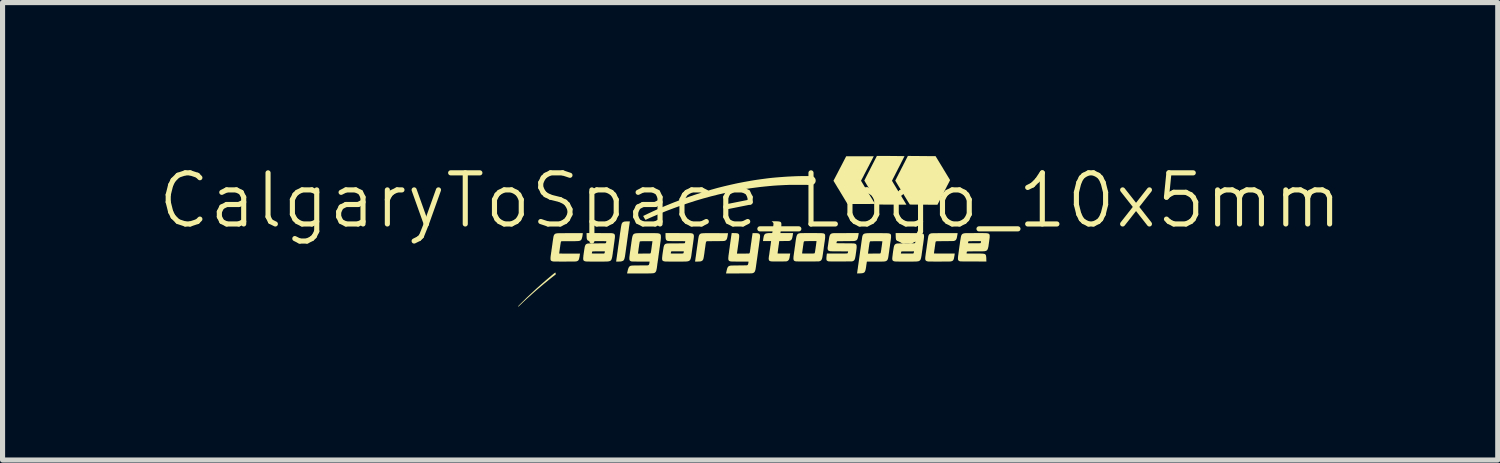
<source format=kicad_pcb>
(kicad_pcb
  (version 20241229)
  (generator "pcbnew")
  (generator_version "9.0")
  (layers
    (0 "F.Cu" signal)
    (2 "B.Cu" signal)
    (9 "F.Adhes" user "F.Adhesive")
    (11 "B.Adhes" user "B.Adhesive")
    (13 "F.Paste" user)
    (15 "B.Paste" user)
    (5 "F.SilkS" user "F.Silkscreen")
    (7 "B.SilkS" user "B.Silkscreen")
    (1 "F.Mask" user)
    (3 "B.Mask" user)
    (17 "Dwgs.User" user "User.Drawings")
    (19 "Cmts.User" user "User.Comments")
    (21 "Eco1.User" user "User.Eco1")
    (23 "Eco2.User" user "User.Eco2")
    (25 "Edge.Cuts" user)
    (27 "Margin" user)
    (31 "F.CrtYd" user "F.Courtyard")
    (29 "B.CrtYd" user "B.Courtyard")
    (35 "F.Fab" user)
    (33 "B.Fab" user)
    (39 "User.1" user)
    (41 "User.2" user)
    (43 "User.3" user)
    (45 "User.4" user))
  (footprint "CalgaryToSpace_Logo_10x5mm"
    (layer "F.Cu")
    (at 11.621 1.373)
    (property "Reference" "CalgaryToSpace_Logo_10x5mm" (at 0 -0.5 0) (unlocked yes) (layer "F.SilkS") (effects (font (size 1 1) (thickness 0.1))))
    (attr smd)
    (fp_poly (pts (xy -3.81 0.907) (xy -3.808 0.91) (xy -3.807 0.916) (xy -3.805 0.922) (xy -3.803 0.929) (xy -3.802 0.935) (xy -3.801 0.94) (xy -3.801 0.943) (xy -3.801 0.943) (xy -3.803 0.945) (xy -3.807 0.948) (xy -3.813 0.952) (xy -3.82 0.958) (xy -3.829 0.965) (xy -3.838 0.972) (xy -3.841 0.974) (xy -3.898 1.019) (xy -3.956 1.066) (xy -4.016 1.115) (xy -4.076 1.165) (xy -4.137 1.216) (xy -4.197 1.268) (xy -4.256 1.32) (xy -4.315 1.373) (xy -4.372 1.424) (xy -4.427 1.475) (xy -4.479 1.525) (xy -4.491 1.536) (xy -4.501 1.545) (xy -4.509 1.553) (xy -4.517 1.561) (xy -4.524 1.566) (xy -4.528 1.571) (xy -4.531 1.573) (xy -4.532 1.573) (xy -4.535 1.572) (xy -4.536 1.571) (xy -4.538 1.569) (xy -4.538 1.567) (xy -4.537 1.566) (xy -4.534 1.562) (xy -4.529 1.557) (xy -4.521 1.55) (xy -4.513 1.541) (xy -4.503 1.531) (xy -4.492 1.519) (xy -4.479 1.507) (xy -4.466 1.494) (xy -4.462 1.49) (xy -4.369 1.398) (xy -4.274 1.309) (xy -4.178 1.22) (xy -4.08 1.133) (xy -3.979 1.045) (xy -3.927 1.001) (xy -3.905 0.983) (xy -3.886 0.966) (xy -3.869 0.952) (xy -3.854 0.94) (xy -3.842 0.93) (xy -3.832 0.922) (xy -3.823 0.916) (xy -3.817 0.911) (xy -3.813 0.908) (xy -3.81 0.907)) (stroke (width 0) (type solid)) (fill yes) (layer "F.SilkS"))
    (fp_poly (pts (xy 2.412 -1.355) (xy 2.41 -1.352) (xy 2.407 -1.346) (xy 2.403 -1.338) (xy 2.397 -1.327) (xy 2.391 -1.314) (xy 2.383 -1.299) (xy 2.374 -1.282) (xy 2.365 -1.264) (xy 2.354 -1.244) (xy 2.343 -1.223) (xy 2.332 -1.201) (xy 2.32 -1.177) (xy 2.307 -1.154) (xy 2.304 -1.148) (xy 2.292 -1.124) (xy 2.279 -1.1) (xy 2.267 -1.076) (xy 2.255 -1.054) (xy 2.244 -1.032) (xy 2.233 -1.012) (xy 2.224 -0.993) (xy 2.215 -0.975) (xy 2.207 -0.96) (xy 2.2 -0.947) (xy 2.194 -0.935) (xy 2.189 -0.927) (xy 2.186 -0.921) (xy 2.186 -0.921) (xy 2.169 -0.888) (xy 2.202 -0.833) (xy 2.207 -0.825) (xy 2.214 -0.814) (xy 2.222 -0.8) (xy 2.231 -0.784) (xy 2.242 -0.767) (xy 2.254 -0.748) (xy 2.266 -0.727) (xy 2.279 -0.706) (xy 2.293 -0.684) (xy 2.306 -0.661) (xy 2.32 -0.638) (xy 2.334 -0.614) (xy 2.339 -0.607) (xy 2.352 -0.585) (xy 2.365 -0.564) (xy 2.377 -0.544) (xy 2.389 -0.525) (xy 2.399 -0.507) (xy 2.409 -0.491) (xy 2.418 -0.476) (xy 2.426 -0.464) (xy 2.432 -0.453) (xy 2.437 -0.445) (xy 2.441 -0.439) (xy 2.443 -0.435) (xy 2.443 -0.434) (xy 2.442 -0.434) (xy 2.437 -0.434) (xy 2.429 -0.434) (xy 2.419 -0.434) (xy 2.405 -0.434) (xy 2.39 -0.434) (xy 2.372 -0.434) (xy 2.352 -0.434) (xy 2.33 -0.433) (xy 2.306 -0.433) (xy 2.281 -0.433) (xy 2.254 -0.433) (xy 2.226 -0.433) (xy 2.197 -0.433) (xy 2.174 -0.433) (xy 1.905 -0.433) (xy 1.78 -0.64) (xy 1.765 -0.665) (xy 1.751 -0.689) (xy 1.737 -0.712) (xy 1.723 -0.734) (xy 1.71 -0.755) (xy 1.698 -0.775) (xy 1.687 -0.794) (xy 1.677 -0.811) (xy 1.667 -0.826) (xy 1.66 -0.839) (xy 1.653 -0.85) (xy 1.648 -0.858) (xy 1.644 -0.865) (xy 1.642 -0.868) (xy 1.63 -0.888) (xy 1.7 -1.022) (xy 1.712 -1.045) (xy 1.724 -1.069) (xy 1.738 -1.095) (xy 1.751 -1.121) (xy 1.765 -1.147) (xy 1.778 -1.172) (xy 1.791 -1.197) (xy 1.803 -1.22) (xy 1.814 -1.242) (xy 1.824 -1.26) (xy 1.824 -1.261) (xy 1.879 -1.367) (xy 2.149 -1.367) (xy 2.418 -1.367)) (stroke (width 0) (type solid)) (fill yes) (layer "F.SilkS"))
    (fp_poly (pts (xy -2.353 -0.089) (xy -2.353 -0.086) (xy -2.354 -0.08) (xy -2.355 -0.071) (xy -2.357 -0.059) (xy -2.359 -0.045) (xy -2.361 -0.029) (xy -2.364 -0.011) (xy -2.367 0.009) (xy -2.37 0.031) (xy -2.373 0.054) (xy -2.376 0.078) (xy -2.38 0.103) (xy -2.383 0.129) (xy -2.387 0.156) (xy -2.391 0.182) (xy -2.394 0.209) (xy -2.398 0.236) (xy -2.402 0.263) (xy -2.405 0.288) (xy -2.409 0.314) (xy -2.412 0.338) (xy -2.415 0.361) (xy -2.418 0.382) (xy -2.418 0.383) (xy -2.423 0.413) (xy -2.426 0.44) (xy -2.43 0.465) (xy -2.433 0.486) (xy -2.435 0.505) (xy -2.438 0.522) (xy -2.44 0.537) (xy -2.442 0.55) (xy -2.443 0.561) (xy -2.445 0.57) (xy -2.446 0.579) (xy -2.447 0.586) (xy -2.448 0.592) (xy -2.449 0.597) (xy -2.45 0.602) (xy -2.451 0.607) (xy -2.452 0.611) (xy -2.453 0.615) (xy -2.457 0.632) (xy -2.462 0.646) (xy -2.467 0.657) (xy -2.473 0.667) (xy -2.481 0.674) (xy -2.49 0.68) (xy -2.502 0.684) (xy -2.515 0.688) (xy -2.515 0.688) (xy -2.52 0.69) (xy -2.525 0.69) (xy -2.531 0.691) (xy -2.538 0.692) (xy -2.547 0.692) (xy -2.558 0.692) (xy -2.571 0.693) (xy -2.575 0.693) (xy -2.588 0.693) (xy -2.599 0.693) (xy -2.606 0.693) (xy -2.612 0.693) (xy -2.616 0.693) (xy -2.618 0.693) (xy -2.619 0.692) (xy -2.62 0.691) (xy -2.62 0.69) (xy -2.62 0.688) (xy -2.619 0.683) (xy -2.618 0.675) (xy -2.617 0.665) (xy -2.615 0.652) (xy -2.613 0.637) (xy -2.611 0.621) (xy -2.608 0.603) (xy -2.605 0.584) (xy -2.603 0.564) (xy -2.603 0.564) (xy -2.6 0.545) (xy -2.597 0.523) (xy -2.593 0.499) (xy -2.59 0.472) (xy -2.586 0.444) (xy -2.582 0.415) (xy -2.578 0.385) (xy -2.573 0.355) (xy -2.569 0.324) (xy -2.565 0.295) (xy -2.561 0.266) (xy -2.558 0.247) (xy -2.553 0.211) (xy -2.549 0.178) (xy -2.545 0.148) (xy -2.541 0.121) (xy -2.537 0.097) (xy -2.534 0.075) (xy -2.531 0.055) (xy -2.529 0.038) (xy -2.526 0.023) (xy -2.524 0.009) (xy -2.522 -0.002) (xy -2.52 -0.012) (xy -2.518 -0.021) (xy -2.517 -0.028) (xy -2.515 -0.035) (xy -2.514 -0.04) (xy -2.512 -0.045) (xy -2.51 -0.049) (xy -2.509 -0.052) (xy -2.508 -0.053) (xy -2.503 -0.062) (xy -2.497 -0.07) (xy -2.491 -0.076) (xy -2.482 -0.081) (xy -2.473 -0.085) (xy -2.461 -0.089) (xy -2.448 -0.091) (xy -2.431 -0.092) (xy -2.413 -0.093) (xy -2.391 -0.093) (xy -2.352 -0.093)) (stroke (width 0) (type solid)) (fill yes) (layer "F.SilkS"))
    (fp_poly (pts (xy 1.112 -0.979) (xy 1.13 -0.979) (xy 1.148 -0.979) (xy 1.164 -0.979) (xy 1.179 -0.978) (xy 1.191 -0.978) (xy 1.201 -0.978) (xy 1.208 -0.977) (xy 1.213 -0.977) (xy 1.213 -0.977) (xy 1.23 -0.971) (xy 1.245 -0.963) (xy 1.257 -0.952) (xy 1.268 -0.939) (xy 1.276 -0.924) (xy 1.276 -0.924) (xy 1.28 -0.91) (xy 1.282 -0.894) (xy 1.281 -0.878) (xy 1.278 -0.863) (xy 1.274 -0.854) (xy 1.267 -0.842) (xy 1.258 -0.831) (xy 1.247 -0.822) (xy 1.234 -0.814) (xy 1.226 -0.811) (xy 1.211 -0.804) (xy 1.188 -0.805) (xy 1.181 -0.805) (xy 1.171 -0.805) (xy 1.159 -0.805) (xy 1.145 -0.806) (xy 1.131 -0.806) (xy 1.116 -0.806) (xy 1.112 -0.807) (xy 1.098 -0.807) (xy 1.08 -0.807) (xy 1.061 -0.808) (xy 1.039 -0.808) (xy 1.016 -0.808) (xy 0.991 -0.808) (xy 0.965 -0.808) (xy 0.939 -0.808) (xy 0.913 -0.808) (xy 0.887 -0.808) (xy 0.862 -0.808) (xy 0.838 -0.808) (xy 0.815 -0.808) (xy 0.794 -0.808) (xy 0.776 -0.807) (xy 0.76 -0.807) (xy 0.757 -0.807) (xy 0.718 -0.805) (xy 0.681 -0.804) (xy 0.643 -0.802) (xy 0.605 -0.8) (xy 0.564 -0.798) (xy 0.542 -0.797) (xy 0.454 -0.791) (xy 0.365 -0.783) (xy 0.274 -0.774) (xy 0.182 -0.764) (xy 0.09 -0.752) (xy -0.001 -0.74) (xy -0.092 -0.726) (xy -0.18 -0.711) (xy -0.182 -0.711) (xy -0.328 -0.683) (xy -0.475 -0.653) (xy -0.622 -0.619) (xy -0.769 -0.582) (xy -0.915 -0.542) (xy -1.061 -0.499) (xy -1.207 -0.452) (xy -1.352 -0.403) (xy -1.495 -0.351) (xy -1.638 -0.297) (xy -1.711 -0.267) (xy -1.734 -0.258) (xy -1.759 -0.248) (xy -1.784 -0.237) (xy -1.809 -0.227) (xy -1.834 -0.216) (xy -1.859 -0.205) (xy -1.883 -0.195) (xy -1.907 -0.185) (xy -1.929 -0.175) (xy -1.951 -0.166) (xy -1.97 -0.157) (xy -1.988 -0.149) (xy -2.004 -0.142) (xy -2.017 -0.136) (xy -2.028 -0.131) (xy -2.035 -0.127) (xy -2.04 -0.125) (xy -2.044 -0.124) (xy -2.045 -0.123) (xy -2.047 -0.125) (xy -2.05 -0.128) (xy -2.054 -0.134) (xy -2.058 -0.14) (xy -2.063 -0.147) (xy -2.068 -0.157) (xy -2.074 -0.167) (xy -2.08 -0.177) (xy -2.08 -0.177) (xy -2.092 -0.199) (xy -2.063 -0.213) (xy -2.025 -0.231) (xy -1.99 -0.248) (xy -1.955 -0.264) (xy -1.922 -0.28) (xy -1.889 -0.295) (xy -1.856 -0.31) (xy -1.823 -0.325) (xy -1.789 -0.34) (xy -1.754 -0.355) (xy -1.717 -0.371) (xy -1.678 -0.388) (xy -1.637 -0.405) (xy -1.621 -0.412) (xy -1.477 -0.47) (xy -1.331 -0.526) (xy -1.184 -0.579) (xy -1.035 -0.629) (xy -0.886 -0.676) (xy -0.761 -0.713) (xy -0.632 -0.749) (xy -0.504 -0.781) (xy -0.376 -0.811) (xy -0.249 -0.839) (xy -0.12 -0.864) (xy 0.01 -0.887) (xy 0.055 -0.895) (xy 0.134 -0.907) (xy 0.211 -0.918) (xy 0.287 -0.928) (xy 0.363 -0.938) (xy 0.439 -0.946) (xy 0.515 -0.953) (xy 0.592 -0.959) (xy 0.671 -0.965) (xy 0.752 -0.97) (xy 0.835 -0.974) (xy 0.905 -0.977) (xy 0.918 -0.977) (xy 0.934 -0.978) (xy 0.951 -0.978) (xy 0.969 -0.978) (xy 0.988 -0.979) (xy 1.008 -0.979) (xy 1.029 -0.979) (xy 1.05 -0.979) (xy 1.071 -0.979) (xy 1.092 -0.979)) (stroke (width 0) (type solid)) (fill yes) (layer "F.SilkS"))
    (fp_poly (pts (xy 3.233 -1.372) (xy 3.259 -1.372) (xy 3.286 -1.372) (xy 3.315 -1.371) (xy 3.345 -1.371) (xy 3.375 -1.371) (xy 3.405 -1.371) (xy 3.433 -1.371) (xy 3.46 -1.37) (xy 3.484 -1.37) (xy 3.504 -1.37) (xy 3.627 -1.369) (xy 3.748 -1.17) (xy 3.763 -1.146) (xy 3.777 -1.122) (xy 3.791 -1.098) (xy 3.805 -1.076) (xy 3.818 -1.054) (xy 3.831 -1.033) (xy 3.842 -1.014) (xy 3.853 -0.996) (xy 3.863 -0.98) (xy 3.871 -0.966) (xy 3.879 -0.954) (xy 3.884 -0.945) (xy 3.888 -0.938) (xy 3.89 -0.936) (xy 3.911 -0.9) (xy 3.901 -0.881) (xy 3.899 -0.877) (xy 3.895 -0.87) (xy 3.891 -0.861) (xy 3.885 -0.85) (xy 3.878 -0.836) (xy 3.87 -0.82) (xy 3.86 -0.802) (xy 3.85 -0.783) (xy 3.84 -0.762) (xy 3.828 -0.739) (xy 3.816 -0.716) (xy 3.804 -0.692) (xy 3.791 -0.667) (xy 3.778 -0.642) (xy 3.765 -0.616) (xy 3.753 -0.592) (xy 3.741 -0.568) (xy 3.729 -0.546) (xy 3.718 -0.525) (xy 3.708 -0.505) (xy 3.699 -0.487) (xy 3.691 -0.471) (xy 3.683 -0.457) (xy 3.677 -0.445) (xy 3.672 -0.435) (xy 3.668 -0.427) (xy 3.666 -0.422) (xy 3.665 -0.42) (xy 3.665 -0.42) (xy 3.664 -0.42) (xy 3.664 -0.42) (xy 3.664 -0.42) (xy 3.664 -0.419) (xy 3.663 -0.419) (xy 3.662 -0.419) (xy 3.66 -0.419) (xy 3.658 -0.419) (xy 3.654 -0.419) (xy 3.65 -0.419) (xy 3.644 -0.419) (xy 3.637 -0.419) (xy 3.628 -0.419) (xy 3.618 -0.419) (xy 3.606 -0.419) (xy 3.593 -0.419) (xy 3.577 -0.419) (xy 3.559 -0.419) (xy 3.539 -0.419) (xy 3.516 -0.419) (xy 3.491 -0.419) (xy 3.463 -0.42) (xy 3.433 -0.42) (xy 3.399 -0.42) (xy 3.362 -0.42) (xy 3.343 -0.42) (xy 3.317 -0.421) (xy 3.291 -0.421) (xy 3.279 -0.421) (xy 3.662 -0.421) (xy 3.663 -0.42) (xy 3.663 -0.421) (xy 3.663 -0.422) (xy 3.662 -0.421) (xy 3.279 -0.421) (xy 3.266 -0.421) (xy 3.243 -0.421) (xy 3.221 -0.421) (xy 3.201 -0.422) (xy 3.183 -0.422) (xy 3.167 -0.422) (xy 3.153 -0.422) (xy 3.141 -0.423) (xy 3.133 -0.423) (xy 3.127 -0.423) (xy 3.124 -0.423) (xy 3.124 -0.423) (xy 3.123 -0.424) (xy 3.66 -0.424) (xy 3.661 -0.423) (xy 3.662 -0.424) (xy 3.661 -0.425) (xy 3.66 -0.424) (xy 3.123 -0.424) (xy 3.123 -0.425) (xy 3.12 -0.429) (xy 3.115 -0.436) (xy 3.109 -0.446) (xy 3.102 -0.457) (xy 3.093 -0.471) (xy 3.083 -0.486) (xy 3.073 -0.504) (xy 3.061 -0.523) (xy 3.057 -0.53) (xy 3.045 -0.549) (xy 3.032 -0.57) (xy 3.018 -0.593) (xy 3.004 -0.618) (xy 2.988 -0.643) (xy 2.973 -0.669) (xy 2.957 -0.694) (xy 2.942 -0.719) (xy 2.928 -0.743) (xy 2.915 -0.763) (xy 2.838 -0.891) (xy 2.85 -0.913) (xy 2.852 -0.918) (xy 2.856 -0.925) (xy 2.861 -0.935) (xy 2.867 -0.947) (xy 2.874 -0.962) (xy 2.883 -0.978) (xy 2.892 -0.995) (xy 2.901 -1.014) (xy 2.911 -1.034) (xy 2.922 -1.054) (xy 2.933 -1.075) (xy 2.938 -1.085) (xy 2.949 -1.108) (xy 2.961 -1.131) (xy 2.973 -1.154) (xy 2.985 -1.177) (xy 2.996 -1.199) (xy 3.007 -1.221) (xy 3.018 -1.241) (xy 3.027 -1.26) (xy 3.036 -1.277) (xy 3.043 -1.291) (xy 3.049 -1.303) (xy 3.049 -1.303) (xy 3.085 -1.373)) (stroke (width 0) (type solid)) (fill yes) (layer "F.SilkS"))
    (fp_poly (pts (xy -0.749 0.137) (xy -0.717 0.137) (xy -0.683 0.137) (xy -0.663 0.137) (xy -0.432 0.138) (xy -0.438 0.173) (xy -0.441 0.195) (xy -0.445 0.213) (xy -0.448 0.228) (xy -0.452 0.242) (xy -0.456 0.252) (xy -0.461 0.261) (xy -0.466 0.268) (xy -0.472 0.274) (xy -0.479 0.279) (xy -0.484 0.282) (xy -0.487 0.283) (xy -0.491 0.285) (xy -0.494 0.286) (xy -0.497 0.287) (xy -0.501 0.288) (xy -0.505 0.289) (xy -0.51 0.29) (xy -0.516 0.29) (xy -0.524 0.291) (xy -0.532 0.291) (xy -0.543 0.292) (xy -0.555 0.292) (xy -0.569 0.292) (xy -0.586 0.292) (xy -0.604 0.293) (xy -0.626 0.293) (xy -0.651 0.293) (xy -0.678 0.293) (xy -0.682 0.293) (xy -0.709 0.293) (xy -0.732 0.293) (xy -0.753 0.294) (xy -0.771 0.294) (xy -0.787 0.294) (xy -0.8 0.294) (xy -0.811 0.294) (xy -0.821 0.294) (xy -0.828 0.295) (xy -0.834 0.295) (xy -0.839 0.295) (xy -0.842 0.295) (xy -0.845 0.296) (xy -0.847 0.296) (xy -0.849 0.297) (xy -0.85 0.297) (xy -0.851 0.297) (xy -0.856 0.301) (xy -0.86 0.306) (xy -0.863 0.313) (xy -0.866 0.322) (xy -0.866 0.323) (xy -0.866 0.326) (xy -0.867 0.333) (xy -0.869 0.342) (xy -0.871 0.354) (xy -0.873 0.368) (xy -0.875 0.384) (xy -0.877 0.401) (xy -0.88 0.42) (xy -0.883 0.439) (xy -0.886 0.46) (xy -0.886 0.462) (xy -0.89 0.489) (xy -0.893 0.514) (xy -0.896 0.536) (xy -0.899 0.556) (xy -0.902 0.572) (xy -0.904 0.587) (xy -0.906 0.6) (xy -0.908 0.61) (xy -0.91 0.62) (xy -0.911 0.627) (xy -0.913 0.634) (xy -0.915 0.64) (xy -0.916 0.645) (xy -0.918 0.649) (xy -0.92 0.653) (xy -0.921 0.656) (xy -0.929 0.668) (xy -0.939 0.677) (xy -0.952 0.684) (xy -0.962 0.687) (xy -0.968 0.689) (xy -0.976 0.69) (xy -0.987 0.691) (xy -1 0.692) (xy -1.014 0.692) (xy -1.028 0.693) (xy -1.043 0.693) (xy -1.051 0.693) (xy -1.061 0.693) (xy -1.068 0.693) (xy -1.072 0.693) (xy -1.075 0.692) (xy -1.076 0.692) (xy -1.077 0.691) (xy -1.077 0.69) (xy -1.076 0.688) (xy -1.076 0.683) (xy -1.075 0.675) (xy -1.073 0.664) (xy -1.071 0.651) (xy -1.069 0.636) (xy -1.067 0.619) (xy -1.064 0.6) (xy -1.061 0.58) (xy -1.058 0.558) (xy -1.055 0.536) (xy -1.052 0.513) (xy -1.049 0.489) (xy -1.045 0.466) (xy -1.042 0.442) (xy -1.039 0.418) (xy -1.035 0.395) (xy -1.032 0.372) (xy -1.029 0.351) (xy -1.026 0.331) (xy -1.023 0.312) (xy -1.021 0.294) (xy -1.019 0.279) (xy -1.017 0.265) (xy -1.015 0.254) (xy -1.014 0.246) (xy -1.013 0.24) (xy -1.013 0.239) (xy -1.01 0.225) (xy -1.008 0.213) (xy -1.006 0.203) (xy -1.004 0.196) (xy -1.002 0.189) (xy -1 0.183) (xy -0.997 0.177) (xy -0.996 0.176) (xy -0.989 0.164) (xy -0.98 0.154) (xy -0.97 0.148) (xy -0.967 0.147) (xy -0.964 0.145) (xy -0.96 0.144) (xy -0.957 0.143) (xy -0.952 0.142) (xy -0.948 0.141) (xy -0.942 0.14) (xy -0.935 0.14) (xy -0.927 0.139) (xy -0.918 0.139) (xy -0.907 0.138) (xy -0.895 0.138) (xy -0.881 0.137) (xy -0.864 0.137) (xy -0.846 0.137) (xy -0.826 0.137) (xy -0.803 0.137) (xy -0.777 0.137)) (stroke (width 0) (type solid)) (fill yes) (layer "F.SilkS"))
    (fp_poly (pts (xy 2.589 -1.373) (xy 2.61 -1.373) (xy 2.632 -1.373) (xy 2.655 -1.373) (xy 2.68 -1.373) (xy 2.704 -1.373) (xy 2.73 -1.373) (xy 2.755 -1.372) (xy 2.781 -1.372) (xy 2.806 -1.372) (xy 2.831 -1.372) (xy 2.855 -1.372) (xy 2.879 -1.371) (xy 2.901 -1.371) (xy 2.923 -1.371) (xy 2.942 -1.371) (xy 2.96 -1.371) (xy 2.976 -1.37) (xy 2.99 -1.37) (xy 3.001 -1.37) (xy 3.01 -1.37) (xy 3.016 -1.37) (xy 3.019 -1.37) (xy 3.019 -1.37) (xy 3.019 -1.368) (xy 3.017 -1.364) (xy 3.013 -1.357) (xy 3.008 -1.347) (xy 3.002 -1.335) (xy 2.995 -1.321) (xy 2.987 -1.305) (xy 2.978 -1.287) (xy 2.968 -1.268) (xy 2.957 -1.247) (xy 2.946 -1.224) (xy 2.934 -1.2) (xy 2.921 -1.175) (xy 2.908 -1.149) (xy 2.897 -1.129) (xy 2.884 -1.103) (xy 2.871 -1.077) (xy 2.858 -1.052) (xy 2.846 -1.029) (xy 2.835 -1.006) (xy 2.824 -0.985) (xy 2.814 -0.966) (xy 2.805 -0.948) (xy 2.797 -0.933) (xy 2.79 -0.919) (xy 2.785 -0.908) (xy 2.78 -0.899) (xy 2.777 -0.892) (xy 2.775 -0.888) (xy 2.775 -0.887) (xy 2.775 -0.886) (xy 2.778 -0.881) (xy 2.782 -0.875) (xy 2.787 -0.867) (xy 2.793 -0.857) (xy 2.799 -0.845) (xy 2.807 -0.833) (xy 2.81 -0.828) (xy 2.819 -0.813) (xy 2.83 -0.795) (xy 2.841 -0.777) (xy 2.853 -0.757) (xy 2.865 -0.737) (xy 2.878 -0.715) (xy 2.891 -0.694) (xy 2.905 -0.672) (xy 2.918 -0.649) (xy 2.932 -0.627) (xy 2.945 -0.605) (xy 2.958 -0.584) (xy 2.971 -0.563) (xy 2.983 -0.542) (xy 2.995 -0.523) (xy 3.006 -0.505) (xy 3.016 -0.488) (xy 3.025 -0.473) (xy 3.033 -0.459) (xy 3.04 -0.448) (xy 3.046 -0.438) (xy 3.051 -0.431) (xy 3.054 -0.426) (xy 3.055 -0.423) (xy 3.055 -0.423) (xy 3.055 -0.423) (xy 3.055 -0.422) (xy 3.055 -0.422) (xy 3.053 -0.421) (xy 3.051 -0.421) (xy 3.048 -0.421) (xy 3.043 -0.42) (xy 3.036 -0.42) (xy 3.027 -0.42) (xy 3.017 -0.42) (xy 3.004 -0.42) (xy 2.988 -0.42) (xy 2.969 -0.42) (xy 2.948 -0.42) (xy 2.943 -0.42) (xy 2.923 -0.42) (xy 2.9 -0.42) (xy 2.875 -0.421) (xy 2.849 -0.421) (xy 2.821 -0.421) (xy 2.792 -0.421) (xy 2.763 -0.421) (xy 2.735 -0.421) (xy 2.707 -0.422) (xy 2.68 -0.422) (xy 2.674 -0.422) (xy 2.647 -0.422) (xy 2.623 -0.422) (xy 2.602 -0.422) (xy 2.584 -0.423) (xy 2.568 -0.423) (xy 2.555 -0.423) (xy 2.544 -0.423) (xy 2.536 -0.423) (xy 2.529 -0.424) (xy 2.524 -0.424) (xy 2.52 -0.424) (xy 2.517 -0.425) (xy 2.516 -0.425) (xy 2.516 -0.425) (xy 2.515 -0.427) (xy 2.512 -0.431) (xy 2.508 -0.438) (xy 2.502 -0.447) (xy 2.495 -0.459) (xy 2.487 -0.472) (xy 2.478 -0.487) (xy 2.468 -0.503) (xy 2.457 -0.521) (xy 2.445 -0.54) (xy 2.433 -0.56) (xy 2.421 -0.581) (xy 2.408 -0.603) (xy 2.394 -0.625) (xy 2.381 -0.647) (xy 2.367 -0.669) (xy 2.354 -0.692) (xy 2.34 -0.714) (xy 2.327 -0.735) (xy 2.315 -0.756) (xy 2.303 -0.776) (xy 2.291 -0.795) (xy 2.28 -0.813) (xy 2.27 -0.83) (xy 2.261 -0.845) (xy 2.253 -0.858) (xy 2.247 -0.869) (xy 2.241 -0.879) (xy 2.237 -0.886) (xy 2.234 -0.89) (xy 2.233 -0.892) (xy 2.233 -0.892) (xy 2.234 -0.894) (xy 2.236 -0.898) (xy 2.24 -0.905) (xy 2.245 -0.915) (xy 2.251 -0.927) (xy 2.258 -0.941) (xy 2.266 -0.957) (xy 2.275 -0.975) (xy 2.285 -0.995) (xy 2.296 -1.016) (xy 2.308 -1.039) (xy 2.32 -1.063) (xy 2.333 -1.087) (xy 2.346 -1.113) (xy 2.356 -1.134) (xy 2.479 -1.373)) (stroke (width 0) (type solid)) (fill yes) (layer "F.SilkS"))
    (fp_poly (pts (xy -3.344 0.137) (xy -3.329 0.137) (xy -3.317 0.137) (xy -3.306 0.137) (xy -3.297 0.137) (xy -3.29 0.137) (xy -3.284 0.137) (xy -3.28 0.138) (xy -3.277 0.138) (xy -3.274 0.138) (xy -3.273 0.138) (xy -3.272 0.139) (xy -3.272 0.139) (xy -3.272 0.139) (xy -3.272 0.142) (xy -3.273 0.147) (xy -3.274 0.154) (xy -3.275 0.163) (xy -3.277 0.173) (xy -3.277 0.174) (xy -3.28 0.196) (xy -3.284 0.214) (xy -3.288 0.23) (xy -3.292 0.243) (xy -3.296 0.254) (xy -3.301 0.263) (xy -3.307 0.271) (xy -3.313 0.276) (xy -3.321 0.281) (xy -3.33 0.285) (xy -3.341 0.288) (xy -3.346 0.289) (xy -3.352 0.29) (xy -3.36 0.291) (xy -3.372 0.292) (xy -3.387 0.292) (xy -3.404 0.293) (xy -3.424 0.294) (xy -3.446 0.294) (xy -3.47 0.294) (xy -3.496 0.295) (xy -3.523 0.295) (xy -3.552 0.295) (xy -3.577 0.295) (xy -3.602 0.295) (xy -3.624 0.295) (xy -3.643 0.295) (xy -3.659 0.295) (xy -3.672 0.295) (xy -3.681 0.296) (xy -3.688 0.296) (xy -3.691 0.296) (xy -3.692 0.296) (xy -3.695 0.298) (xy -3.697 0.3) (xy -3.699 0.303) (xy -3.701 0.308) (xy -3.702 0.314) (xy -3.704 0.322) (xy -3.706 0.333) (xy -3.708 0.347) (xy -3.71 0.358) (xy -3.711 0.367) (xy -3.713 0.377) (xy -3.715 0.39) (xy -3.716 0.404) (xy -3.719 0.418) (xy -3.721 0.434) (xy -3.723 0.449) (xy -3.725 0.464) (xy -3.727 0.479) (xy -3.729 0.493) (xy -3.731 0.505) (xy -3.732 0.516) (xy -3.733 0.525) (xy -3.734 0.531) (xy -3.735 0.535) (xy -3.735 0.536) (xy -3.733 0.536) (xy -3.729 0.536) (xy -3.721 0.536) (xy -3.71 0.536) (xy -3.698 0.536) (xy -3.682 0.536) (xy -3.665 0.537) (xy -3.646 0.537) (xy -3.625 0.537) (xy -3.602 0.537) (xy -3.578 0.537) (xy -3.553 0.537) (xy -3.531 0.537) (xy -3.328 0.537) (xy -3.329 0.546) (xy -3.33 0.557) (xy -3.332 0.569) (xy -3.334 0.582) (xy -3.336 0.596) (xy -3.339 0.608) (xy -3.341 0.619) (xy -3.343 0.628) (xy -3.343 0.628) (xy -3.347 0.644) (xy -3.352 0.656) (xy -3.358 0.667) (xy -3.366 0.675) (xy -3.376 0.681) (xy -3.388 0.686) (xy -3.402 0.69) (xy -3.405 0.69) (xy -3.407 0.69) (xy -3.411 0.691) (xy -3.415 0.691) (xy -3.42 0.691) (xy -3.427 0.691) (xy -3.435 0.692) (xy -3.445 0.692) (xy -3.456 0.692) (xy -3.47 0.692) (xy -3.485 0.692) (xy -3.503 0.692) (xy -3.524 0.692) (xy -3.547 0.692) (xy -3.574 0.692) (xy -3.603 0.693) (xy -3.611 0.693) (xy -3.637 0.693) (xy -3.662 0.693) (xy -3.687 0.693) (xy -3.71 0.693) (xy -3.732 0.693) (xy -3.753 0.692) (xy -3.772 0.692) (xy -3.789 0.692) (xy -3.804 0.692) (xy -3.816 0.692) (xy -3.826 0.692) (xy -3.832 0.692) (xy -3.834 0.692) (xy -3.849 0.691) (xy -3.861 0.689) (xy -3.87 0.687) (xy -3.878 0.684) (xy -3.885 0.681) (xy -3.89 0.677) (xy -3.895 0.672) (xy -3.899 0.667) (xy -3.901 0.662) (xy -3.903 0.655) (xy -3.904 0.646) (xy -3.904 0.635) (xy -3.904 0.627) (xy -3.904 0.616) (xy -3.903 0.607) (xy -3.902 0.597) (xy -3.901 0.585) (xy -3.899 0.572) (xy -3.898 0.561) (xy -3.895 0.547) (xy -3.893 0.53) (xy -3.891 0.513) (xy -3.888 0.497) (xy -3.886 0.482) (xy -3.886 0.479) (xy -3.882 0.45) (xy -3.878 0.424) (xy -3.875 0.401) (xy -3.872 0.38) (xy -3.869 0.362) (xy -3.867 0.345) (xy -3.865 0.331) (xy -3.863 0.318) (xy -3.862 0.306) (xy -3.86 0.296) (xy -3.859 0.286) (xy -3.857 0.277) (xy -3.856 0.268) (xy -3.855 0.26) (xy -3.852 0.243) (xy -3.85 0.23) (xy -3.848 0.218) (xy -3.847 0.209) (xy -3.845 0.201) (xy -3.843 0.195) (xy -3.842 0.19) (xy -3.84 0.185) (xy -3.838 0.18) (xy -3.837 0.177) (xy -3.831 0.167) (xy -3.824 0.159) (xy -3.817 0.152) (xy -3.807 0.147) (xy -3.795 0.144) (xy -3.781 0.141) (xy -3.779 0.14) (xy -3.777 0.14) (xy -3.774 0.14) (xy -3.77 0.139) (xy -3.765 0.139) (xy -3.76 0.139) (xy -3.753 0.139) (xy -3.746 0.138) (xy -3.736 0.138) (xy -3.725 0.138) (xy -3.713 0.138) (xy -3.698 0.138) (xy -3.681 0.138) (xy -3.662 0.138) (xy -3.64 0.138) (xy -3.616 0.137) (xy -3.589 0.137) (xy -3.559 0.137) (xy -3.526 0.137) (xy -3.517 0.137) (xy -3.484 0.137) (xy -3.453 0.137) (xy -3.426 0.137) (xy -3.401 0.137) (xy -3.38 0.137) (xy -3.361 0.137)) (stroke (width 0) (type solid)) (fill yes) (layer "F.SilkS"))
    (fp_poly (pts (xy 3.981 0.137) (xy 4 0.137) (xy 4.016 0.137) (xy 4.03 0.137) (xy 4.041 0.137) (xy 4.05 0.137) (xy 4.056 0.137) (xy 4.058 0.137) (xy 4.058 0.137) (xy 4.058 0.14) (xy 4.057 0.146) (xy 4.056 0.153) (xy 4.055 0.162) (xy 4.053 0.173) (xy 4.051 0.183) (xy 4.049 0.194) (xy 4.047 0.204) (xy 4.046 0.212) (xy 4.045 0.219) (xy 4.044 0.222) (xy 4.04 0.238) (xy 4.034 0.252) (xy 4.028 0.264) (xy 4.021 0.272) (xy 4.018 0.275) (xy 4.009 0.281) (xy 3.997 0.286) (xy 3.984 0.29) (xy 3.981 0.29) (xy 3.978 0.291) (xy 3.971 0.291) (xy 3.962 0.291) (xy 3.95 0.292) (xy 3.935 0.292) (xy 3.916 0.292) (xy 3.894 0.292) (xy 3.869 0.293) (xy 3.841 0.293) (xy 3.81 0.293) (xy 3.808 0.293) (xy 3.78 0.293) (xy 3.755 0.293) (xy 3.734 0.294) (xy 3.715 0.294) (xy 3.698 0.294) (xy 3.684 0.294) (xy 3.673 0.294) (xy 3.663 0.295) (xy 3.655 0.295) (xy 3.648 0.296) (xy 3.643 0.296) (xy 3.639 0.297) (xy 3.636 0.297) (xy 3.634 0.298) (xy 3.633 0.299) (xy 3.632 0.301) (xy 3.631 0.302) (xy 3.63 0.304) (xy 3.63 0.305) (xy 3.628 0.309) (xy 3.626 0.315) (xy 3.625 0.32) (xy 3.624 0.328) (xy 3.622 0.337) (xy 3.621 0.349) (xy 3.619 0.362) (xy 3.617 0.377) (xy 3.615 0.392) (xy 3.612 0.409) (xy 3.61 0.425) (xy 3.608 0.442) (xy 3.605 0.458) (xy 3.603 0.473) (xy 3.601 0.487) (xy 3.599 0.5) (xy 3.598 0.512) (xy 3.597 0.521) (xy 3.596 0.528) (xy 3.595 0.532) (xy 3.595 0.533) (xy 3.596 0.533) (xy 3.598 0.534) (xy 3.601 0.534) (xy 3.606 0.534) (xy 3.613 0.534) (xy 3.621 0.534) (xy 3.632 0.535) (xy 3.645 0.535) (xy 3.66 0.535) (xy 3.678 0.535) (xy 3.698 0.535) (xy 3.721 0.535) (xy 3.747 0.535) (xy 3.777 0.535) (xy 3.798 0.535) (xy 4.002 0.535) (xy 4.001 0.544) (xy 3.999 0.555) (xy 3.998 0.567) (xy 3.996 0.58) (xy 3.993 0.593) (xy 3.991 0.606) (xy 3.989 0.617) (xy 3.987 0.626) (xy 3.986 0.633) (xy 3.986 0.633) (xy 3.982 0.645) (xy 3.977 0.656) (xy 3.972 0.665) (xy 3.967 0.672) (xy 3.966 0.673) (xy 3.959 0.678) (xy 3.949 0.683) (xy 3.939 0.687) (xy 3.928 0.689) (xy 3.926 0.69) (xy 3.923 0.69) (xy 3.92 0.691) (xy 3.916 0.691) (xy 3.911 0.691) (xy 3.905 0.691) (xy 3.898 0.692) (xy 3.888 0.692) (xy 3.878 0.692) (xy 3.865 0.692) (xy 3.85 0.692) (xy 3.833 0.692) (xy 3.813 0.692) (xy 3.791 0.692) (xy 3.766 0.692) (xy 3.738 0.693) (xy 3.713 0.693) (xy 3.687 0.693) (xy 3.662 0.693) (xy 3.637 0.693) (xy 3.614 0.693) (xy 3.591 0.693) (xy 3.571 0.692) (xy 3.552 0.692) (xy 3.535 0.692) (xy 3.521 0.692) (xy 3.509 0.692) (xy 3.499 0.692) (xy 3.493 0.692) (xy 3.49 0.692) (xy 3.477 0.69) (xy 3.465 0.688) (xy 3.456 0.685) (xy 3.447 0.681) (xy 3.445 0.68) (xy 3.438 0.675) (xy 3.433 0.669) (xy 3.429 0.662) (xy 3.426 0.652) (xy 3.425 0.64) (xy 3.425 0.631) (xy 3.425 0.627) (xy 3.425 0.624) (xy 3.425 0.62) (xy 3.426 0.615) (xy 3.426 0.611) (xy 3.426 0.605) (xy 3.427 0.598) (xy 3.428 0.59) (xy 3.429 0.581) (xy 3.431 0.57) (xy 3.432 0.558) (xy 3.434 0.544) (xy 3.436 0.528) (xy 3.439 0.51) (xy 3.442 0.489) (xy 3.445 0.466) (xy 3.449 0.44) (xy 3.453 0.412) (xy 3.457 0.38) (xy 3.461 0.354) (xy 3.465 0.328) (xy 3.468 0.304) (xy 3.471 0.283) (xy 3.474 0.265) (xy 3.476 0.25) (xy 3.478 0.237) (xy 3.48 0.226) (xy 3.482 0.216) (xy 3.483 0.208) (xy 3.484 0.202) (xy 3.485 0.197) (xy 3.486 0.193) (xy 3.487 0.19) (xy 3.493 0.176) (xy 3.5 0.164) (xy 3.509 0.155) (xy 3.52 0.148) (xy 3.533 0.143) (xy 3.542 0.141) (xy 3.544 0.14) (xy 3.546 0.14) (xy 3.548 0.14) (xy 3.552 0.139) (xy 3.556 0.139) (xy 3.561 0.139) (xy 3.567 0.139) (xy 3.574 0.138) (xy 3.583 0.138) (xy 3.593 0.138) (xy 3.605 0.138) (xy 3.62 0.138) (xy 3.636 0.138) (xy 3.654 0.138) (xy 3.675 0.137) (xy 3.699 0.137) (xy 3.725 0.137) (xy 3.754 0.137) (xy 3.786 0.137) (xy 3.806 0.137) (xy 3.835 0.137) (xy 3.863 0.137) (xy 3.889 0.137) (xy 3.915 0.137) (xy 3.939 0.137) (xy 3.961 0.137)) (stroke (width 0) (type solid)) (fill yes) (layer "F.SilkS"))
    (fp_poly (pts (xy -2.954 0.135) (xy -2.921 0.136) (xy -2.89 0.136) (xy -2.863 0.136) (xy -2.839 0.136) (xy -2.817 0.136) (xy -2.797 0.136) (xy -2.78 0.136) (xy -2.766 0.136) (xy -2.753 0.136) (xy -2.742 0.137) (xy -2.732 0.137) (xy -2.724 0.137) (xy -2.717 0.137) (xy -2.712 0.137) (xy -2.707 0.138) (xy -2.703 0.138) (xy -2.7 0.138) (xy -2.697 0.139) (xy -2.695 0.139) (xy -2.692 0.139) (xy -2.692 0.14) (xy -2.678 0.143) (xy -2.667 0.147) (xy -2.659 0.152) (xy -2.653 0.158) (xy -2.649 0.167) (xy -2.646 0.177) (xy -2.645 0.181) (xy -2.644 0.185) (xy -2.644 0.189) (xy -2.644 0.193) (xy -2.644 0.197) (xy -2.644 0.203) (xy -2.644 0.209) (xy -2.645 0.216) (xy -2.645 0.225) (xy -2.646 0.235) (xy -2.648 0.247) (xy -2.65 0.261) (xy -2.652 0.276) (xy -2.654 0.294) (xy -2.657 0.315) (xy -2.66 0.338) (xy -2.664 0.364) (xy -2.668 0.394) (xy -2.668 0.398) (xy -2.671 0.418) (xy -2.674 0.439) (xy -2.677 0.459) (xy -2.679 0.477) (xy -2.682 0.494) (xy -2.684 0.509) (xy -2.686 0.523) (xy -2.687 0.534) (xy -2.688 0.542) (xy -2.689 0.547) (xy -2.689 0.547) (xy -2.693 0.572) (xy -2.696 0.593) (xy -2.7 0.612) (xy -2.704 0.628) (xy -2.708 0.641) (xy -2.712 0.652) (xy -2.717 0.661) (xy -2.722 0.668) (xy -2.725 0.671) (xy -2.733 0.677) (xy -2.741 0.681) (xy -2.751 0.685) (xy -2.763 0.688) (xy -2.777 0.69) (xy -2.794 0.691) (xy -2.797 0.692) (xy -2.803 0.692) (xy -2.812 0.692) (xy -2.824 0.692) (xy -2.838 0.692) (xy -2.854 0.693) (xy -2.873 0.693) (xy -2.893 0.693) (xy -2.914 0.693) (xy -2.936 0.693) (xy -2.959 0.693) (xy -2.982 0.693) (xy -3.006 0.693) (xy -3.029 0.693) (xy -3.052 0.693) (xy -3.074 0.693) (xy -3.096 0.693) (xy -3.116 0.693) (xy -3.134 0.693) (xy -3.151 0.692) (xy -3.165 0.692) (xy -3.177 0.692) (xy -3.186 0.692) (xy -3.192 0.692) (xy -3.205 0.691) (xy -3.216 0.69) (xy -3.224 0.688) (xy -3.231 0.686) (xy -3.238 0.684) (xy -3.244 0.681) (xy -3.251 0.677) (xy -3.256 0.671) (xy -3.26 0.665) (xy -3.263 0.657) (xy -3.264 0.647) (xy -3.265 0.634) (xy -3.264 0.623) (xy -3.264 0.611) (xy -3.262 0.596) (xy -3.261 0.578) (xy -3.258 0.558) (xy -3.255 0.535) (xy -3.255 0.533) (xy -3.096 0.533) (xy -3.095 0.533) (xy -3.094 0.534) (xy -3.092 0.534) (xy -3.089 0.534) (xy -3.084 0.534) (xy -3.077 0.535) (xy -3.069 0.535) (xy -3.059 0.535) (xy -3.046 0.535) (xy -3.031 0.535) (xy -3.013 0.535) (xy -2.992 0.535) (xy -2.976 0.535) (xy -2.855 0.535) (xy -2.851 0.531) (xy -2.848 0.527) (xy -2.845 0.52) (xy -2.843 0.512) (xy -2.842 0.503) (xy -2.842 0.5) (xy -2.842 0.493) (xy -2.961 0.493) (xy -2.984 0.493) (xy -3.004 0.493) (xy -3.022 0.493) (xy -3.036 0.493) (xy -3.048 0.494) (xy -3.058 0.494) (xy -3.066 0.494) (xy -3.072 0.494) (xy -3.077 0.494) (xy -3.08 0.495) (xy -3.082 0.495) (xy -3.084 0.496) (xy -3.085 0.496) (xy -3.088 0.498) (xy -3.09 0.502) (xy -3.091 0.506) (xy -3.093 0.513) (xy -3.093 0.517) (xy -3.094 0.523) (xy -3.095 0.529) (xy -3.096 0.532) (xy -3.096 0.532) (xy -3.096 0.533) (xy -3.255 0.533) (xy -3.251 0.509) (xy -3.247 0.48) (xy -3.242 0.448) (xy -3.239 0.431) (xy -3.236 0.412) (xy -3.232 0.396) (xy -3.227 0.382) (xy -3.222 0.371) (xy -3.217 0.362) (xy -3.21 0.355) (xy -3.203 0.351) (xy -3.199 0.348) (xy -3.196 0.347) (xy -3.191 0.345) (xy -3.187 0.343) (xy -3.182 0.342) (xy -3.176 0.341) (xy -3.168 0.34) (xy -3.16 0.339) (xy -3.15 0.339) (xy -3.139 0.338) (xy -3.125 0.338) (xy -3.109 0.337) (xy -3.092 0.337) (xy -3.071 0.337) (xy -3.048 0.337) (xy -3.022 0.337) (xy -2.993 0.337) (xy -2.986 0.337) (xy -2.964 0.337) (xy -2.943 0.336) (xy -2.923 0.336) (xy -2.904 0.336) (xy -2.887 0.336) (xy -2.872 0.336) (xy -2.859 0.336) (xy -2.848 0.336) (xy -2.84 0.336) (xy -2.835 0.335) (xy -2.833 0.335) (xy -2.826 0.333) (xy -2.821 0.33) (xy -2.818 0.325) (xy -2.815 0.316) (xy -2.815 0.315) (xy -2.814 0.308) (xy -2.814 0.302) (xy -2.813 0.299) (xy -2.813 0.294) (xy -2.979 0.293) (xy -3.144 0.292) (xy -3.155 0.289) (xy -3.167 0.284) (xy -3.176 0.279) (xy -3.183 0.272) (xy -3.188 0.264) (xy -3.192 0.254) (xy -3.193 0.248) (xy -3.195 0.243) (xy -3.196 0.238) (xy -3.196 0.233) (xy -3.197 0.228) (xy -3.197 0.22) (xy -3.197 0.211) (xy -3.198 0.2) (xy -3.198 0.186) (xy -3.198 0.184) (xy -3.199 0.135)) (stroke (width 0) (type solid)) (fill yes) (layer "F.SilkS"))
    (fp_poly (pts (xy 3.091 0.135) (xy 3.124 0.136) (xy 3.155 0.136) (xy 3.182 0.136) (xy 3.206 0.136) (xy 3.228 0.136) (xy 3.247 0.136) (xy 3.264 0.136) (xy 3.279 0.136) (xy 3.292 0.136) (xy 3.303 0.137) (xy 3.313 0.137) (xy 3.321 0.137) (xy 3.327 0.137) (xy 3.333 0.137) (xy 3.338 0.138) (xy 3.342 0.138) (xy 3.345 0.138) (xy 3.348 0.139) (xy 3.35 0.139) (xy 3.353 0.139) (xy 3.354 0.14) (xy 3.367 0.143) (xy 3.378 0.147) (xy 3.387 0.152) (xy 3.393 0.158) (xy 3.397 0.167) (xy 3.399 0.178) (xy 3.401 0.191) (xy 3.401 0.201) (xy 3.401 0.206) (xy 3.401 0.21) (xy 3.4 0.214) (xy 3.4 0.218) (xy 3.4 0.223) (xy 3.4 0.228) (xy 3.399 0.234) (xy 3.398 0.241) (xy 3.397 0.248) (xy 3.396 0.258) (xy 3.395 0.269) (xy 3.393 0.282) (xy 3.391 0.297) (xy 3.389 0.314) (xy 3.386 0.334) (xy 3.383 0.356) (xy 3.379 0.382) (xy 3.377 0.393) (xy 3.374 0.415) (xy 3.372 0.436) (xy 3.369 0.457) (xy 3.366 0.476) (xy 3.363 0.494) (xy 3.361 0.511) (xy 3.359 0.525) (xy 3.357 0.537) (xy 3.356 0.547) (xy 3.355 0.554) (xy 3.355 0.555) (xy 3.352 0.576) (xy 3.348 0.596) (xy 3.345 0.614) (xy 3.341 0.629) (xy 3.337 0.642) (xy 3.334 0.652) (xy 3.331 0.657) (xy 3.323 0.668) (xy 3.312 0.677) (xy 3.299 0.684) (xy 3.286 0.687) (xy 3.281 0.688) (xy 3.273 0.689) (xy 3.264 0.69) (xy 3.254 0.691) (xy 3.248 0.692) (xy 3.242 0.692) (xy 3.233 0.692) (xy 3.221 0.692) (xy 3.207 0.692) (xy 3.191 0.693) (xy 3.172 0.693) (xy 3.152 0.693) (xy 3.131 0.693) (xy 3.109 0.693) (xy 3.086 0.693) (xy 3.063 0.693) (xy 3.039 0.693) (xy 3.016 0.693) (xy 2.993 0.693) (xy 2.971 0.693) (xy 2.949 0.693) (xy 2.929 0.693) (xy 2.911 0.693) (xy 2.894 0.692) (xy 2.88 0.692) (xy 2.868 0.692) (xy 2.859 0.692) (xy 2.853 0.692) (xy 2.843 0.691) (xy 2.834 0.69) (xy 2.826 0.689) (xy 2.821 0.689) (xy 2.819 0.688) (xy 2.811 0.686) (xy 2.803 0.682) (xy 2.796 0.678) (xy 2.79 0.673) (xy 2.788 0.671) (xy 2.784 0.664) (xy 2.782 0.654) (xy 2.78 0.643) (xy 2.78 0.634) (xy 2.78 0.626) (xy 2.781 0.616) (xy 2.782 0.603) (xy 2.784 0.588) (xy 2.786 0.572) (xy 2.788 0.555) (xy 2.79 0.537) (xy 2.79 0.535) (xy 2.949 0.535) (xy 3.07 0.535) (xy 3.19 0.535) (xy 3.195 0.53) (xy 3.198 0.526) (xy 3.2 0.521) (xy 3.202 0.513) (xy 3.204 0.503) (xy 3.204 0.5) (xy 3.205 0.493) (xy 3.083 0.494) (xy 3.06 0.494) (xy 3.039 0.494) (xy 3.022 0.494) (xy 3.007 0.494) (xy 2.994 0.494) (xy 2.984 0.494) (xy 2.975 0.495) (xy 2.969 0.495) (xy 2.964 0.496) (xy 2.96 0.497) (xy 2.958 0.498) (xy 2.956 0.499) (xy 2.955 0.501) (xy 2.954 0.503) (xy 2.954 0.505) (xy 2.954 0.508) (xy 2.954 0.509) (xy 2.952 0.516) (xy 2.951 0.524) (xy 2.95 0.526) (xy 2.949 0.535) (xy 2.79 0.535) (xy 2.793 0.519) (xy 2.794 0.507) (xy 2.797 0.487) (xy 2.8 0.47) (xy 2.802 0.456) (xy 2.804 0.444) (xy 2.806 0.434) (xy 2.807 0.426) (xy 2.808 0.419) (xy 2.809 0.414) (xy 2.81 0.409) (xy 2.811 0.406) (xy 2.812 0.402) (xy 2.812 0.401) (xy 2.817 0.384) (xy 2.823 0.371) (xy 2.831 0.36) (xy 2.841 0.352) (xy 2.852 0.345) (xy 2.866 0.341) (xy 2.875 0.34) (xy 2.879 0.339) (xy 2.886 0.339) (xy 2.896 0.339) (xy 2.909 0.338) (xy 2.925 0.338) (xy 2.943 0.338) (xy 2.964 0.338) (xy 2.987 0.337) (xy 3.013 0.337) (xy 3.04 0.337) (xy 3.052 0.337) (xy 3.079 0.337) (xy 3.103 0.337) (xy 3.124 0.336) (xy 3.142 0.336) (xy 3.158 0.336) (xy 3.171 0.336) (xy 3.183 0.336) (xy 3.192 0.336) (xy 3.2 0.335) (xy 3.206 0.335) (xy 3.211 0.335) (xy 3.214 0.335) (xy 3.217 0.334) (xy 3.219 0.334) (xy 3.22 0.333) (xy 3.221 0.333) (xy 3.225 0.33) (xy 3.227 0.327) (xy 3.229 0.321) (xy 3.23 0.314) (xy 3.231 0.309) (xy 3.232 0.303) (xy 3.232 0.299) (xy 3.233 0.297) (xy 3.233 0.294) (xy 3.067 0.293) (xy 3.04 0.293) (xy 3.016 0.293) (xy 2.994 0.293) (xy 2.976 0.293) (xy 2.96 0.292) (xy 2.946 0.292) (xy 2.934 0.292) (xy 2.925 0.292) (xy 2.917 0.292) (xy 2.91 0.292) (xy 2.905 0.291) (xy 2.901 0.291) (xy 2.898 0.291) (xy 2.896 0.29) (xy 2.894 0.29) (xy 2.892 0.289) (xy 2.892 0.289) (xy 2.88 0.285) (xy 2.871 0.281) (xy 2.865 0.275) (xy 2.86 0.269) (xy 2.857 0.263) (xy 2.854 0.257) (xy 2.852 0.251) (xy 2.851 0.245) (xy 2.85 0.238) (xy 2.849 0.23) (xy 2.848 0.219) (xy 2.848 0.207) (xy 2.847 0.192) (xy 2.847 0.184) (xy 2.846 0.135)) (stroke (width 0) (type solid)) (fill yes) (layer "F.SilkS"))
    (fp_poly (pts (xy 0.499 -0.095) (xy 0.516 -0.095) (xy 0.53 -0.094) (xy 0.541 -0.094) (xy 0.551 -0.093) (xy 0.559 -0.092) (xy 0.567 -0.091) (xy 0.573 -0.09) (xy 0.578 -0.088) (xy 0.586 -0.086) (xy 0.592 -0.083) (xy 0.597 -0.08) (xy 0.601 -0.075) (xy 0.605 -0.07) (xy 0.608 -0.063) (xy 0.609 -0.055) (xy 0.611 -0.046) (xy 0.611 -0.034) (xy 0.611 -0.021) (xy 0.61 -0.005) (xy 0.608 0.014) (xy 0.606 0.035) (xy 0.603 0.059) (xy 0.599 0.085) (xy 0.597 0.097) (xy 0.596 0.107) (xy 0.595 0.117) (xy 0.594 0.124) (xy 0.593 0.129) (xy 0.592 0.131) (xy 0.592 0.135) (xy 0.716 0.135) (xy 0.84 0.135) (xy 0.839 0.14) (xy 0.839 0.143) (xy 0.838 0.149) (xy 0.837 0.156) (xy 0.837 0.158) (xy 0.835 0.169) (xy 0.833 0.182) (xy 0.831 0.195) (xy 0.828 0.207) (xy 0.826 0.219) (xy 0.824 0.228) (xy 0.823 0.231) (xy 0.818 0.247) (xy 0.811 0.26) (xy 0.803 0.27) (xy 0.792 0.278) (xy 0.779 0.285) (xy 0.77 0.288) (xy 0.767 0.288) (xy 0.764 0.289) (xy 0.76 0.289) (xy 0.755 0.29) (xy 0.749 0.29) (xy 0.741 0.29) (xy 0.731 0.29) (xy 0.719 0.291) (xy 0.704 0.291) (xy 0.687 0.291) (xy 0.667 0.291) (xy 0.665 0.291) (xy 0.57 0.292) (xy 0.569 0.296) (xy 0.569 0.298) (xy 0.568 0.304) (xy 0.567 0.312) (xy 0.565 0.322) (xy 0.564 0.334) (xy 0.562 0.348) (xy 0.56 0.364) (xy 0.557 0.38) (xy 0.555 0.397) (xy 0.553 0.414) (xy 0.55 0.431) (xy 0.548 0.448) (xy 0.546 0.464) (xy 0.544 0.479) (xy 0.542 0.493) (xy 0.54 0.505) (xy 0.539 0.516) (xy 0.538 0.524) (xy 0.537 0.529) (xy 0.537 0.532) (xy 0.537 0.532) (xy 0.537 0.533) (xy 0.537 0.533) (xy 0.539 0.534) (xy 0.541 0.534) (xy 0.544 0.534) (xy 0.549 0.534) (xy 0.555 0.535) (xy 0.562 0.535) (xy 0.572 0.535) (xy 0.584 0.535) (xy 0.599 0.535) (xy 0.616 0.535) (xy 0.636 0.535) (xy 0.659 0.535) (xy 0.66 0.535) (xy 0.68 0.535) (xy 0.699 0.535) (xy 0.717 0.535) (xy 0.733 0.535) (xy 0.747 0.535) (xy 0.759 0.536) (xy 0.77 0.536) (xy 0.777 0.536) (xy 0.782 0.536) (xy 0.783 0.536) (xy 0.783 0.539) (xy 0.782 0.545) (xy 0.781 0.552) (xy 0.78 0.562) (xy 0.778 0.572) (xy 0.776 0.583) (xy 0.774 0.594) (xy 0.773 0.604) (xy 0.771 0.613) (xy 0.77 0.62) (xy 0.769 0.625) (xy 0.768 0.626) (xy 0.764 0.642) (xy 0.758 0.656) (xy 0.75 0.666) (xy 0.741 0.675) (xy 0.73 0.682) (xy 0.716 0.687) (xy 0.712 0.688) (xy 0.709 0.688) (xy 0.706 0.689) (xy 0.703 0.689) (xy 0.699 0.689) (xy 0.693 0.69) (xy 0.687 0.69) (xy 0.679 0.69) (xy 0.669 0.69) (xy 0.658 0.69) (xy 0.644 0.691) (xy 0.628 0.691) (xy 0.609 0.691) (xy 0.587 0.691) (xy 0.565 0.691) (xy 0.544 0.691) (xy 0.523 0.691) (xy 0.504 0.691) (xy 0.486 0.691) (xy 0.469 0.691) (xy 0.454 0.691) (xy 0.442 0.691) (xy 0.431 0.69) (xy 0.424 0.69) (xy 0.419 0.69) (xy 0.418 0.69) (xy 0.404 0.688) (xy 0.392 0.684) (xy 0.381 0.679) (xy 0.374 0.674) (xy 0.371 0.671) (xy 0.368 0.665) (xy 0.366 0.656) (xy 0.364 0.646) (xy 0.363 0.634) (xy 0.363 0.632) (xy 0.364 0.624) (xy 0.365 0.613) (xy 0.366 0.599) (xy 0.369 0.584) (xy 0.369 0.581) (xy 0.37 0.574) (xy 0.372 0.564) (xy 0.374 0.553) (xy 0.376 0.538) (xy 0.378 0.522) (xy 0.38 0.505) (xy 0.383 0.486) (xy 0.386 0.467) (xy 0.389 0.447) (xy 0.392 0.427) (xy 0.394 0.408) (xy 0.397 0.389) (xy 0.4 0.371) (xy 0.402 0.354) (xy 0.404 0.338) (xy 0.406 0.325) (xy 0.408 0.314) (xy 0.409 0.306) (xy 0.409 0.301) (xy 0.41 0.292) (xy 0.331 0.292) (xy 0.252 0.292) (xy 0.252 0.288) (xy 0.252 0.284) (xy 0.253 0.278) (xy 0.254 0.269) (xy 0.256 0.259) (xy 0.257 0.248) (xy 0.259 0.237) (xy 0.261 0.226) (xy 0.263 0.216) (xy 0.265 0.207) (xy 0.266 0.2) (xy 0.267 0.196) (xy 0.272 0.181) (xy 0.279 0.168) (xy 0.286 0.158) (xy 0.295 0.151) (xy 0.299 0.148) (xy 0.309 0.144) (xy 0.323 0.141) (xy 0.34 0.138) (xy 0.36 0.136) (xy 0.383 0.135) (xy 0.405 0.135) (xy 0.417 0.135) (xy 0.425 0.135) (xy 0.431 0.134) (xy 0.433 0.134) (xy 0.433 0.133) (xy 0.434 0.131) (xy 0.434 0.126) (xy 0.435 0.119) (xy 0.437 0.109) (xy 0.438 0.097) (xy 0.44 0.084) (xy 0.442 0.069) (xy 0.444 0.054) (xy 0.447 0.032) (xy 0.45 0.014) (xy 0.452 -0.002) (xy 0.454 -0.016) (xy 0.455 -0.027) (xy 0.456 -0.036) (xy 0.456 -0.043) (xy 0.456 -0.049) (xy 0.456 -0.053) (xy 0.456 -0.057) (xy 0.455 -0.06) (xy 0.454 -0.062) (xy 0.454 -0.063) (xy 0.449 -0.069) (xy 0.442 -0.077) (xy 0.432 -0.086) (xy 0.427 -0.089) (xy 0.421 -0.095) (xy 0.48 -0.095)) (stroke (width 0) (type solid)) (fill yes) (layer "F.SilkS"))
    (fp_poly (pts (xy 1.205 0.135) (xy 1.228 0.135) (xy 1.25 0.135) (xy 1.272 0.135) (xy 1.293 0.135) (xy 1.312 0.136) (xy 1.329 0.136) (xy 1.345 0.136) (xy 1.358 0.136) (xy 1.369 0.136) (xy 1.376 0.137) (xy 1.394 0.137) (xy 1.408 0.138) (xy 1.42 0.14) (xy 1.43 0.141) (xy 1.438 0.143) (xy 1.445 0.145) (xy 1.45 0.148) (xy 1.454 0.152) (xy 1.457 0.155) (xy 1.46 0.159) (xy 1.463 0.163) (xy 1.465 0.167) (xy 1.466 0.172) (xy 1.467 0.179) (xy 1.467 0.187) (xy 1.467 0.198) (xy 1.467 0.203) (xy 1.467 0.211) (xy 1.467 0.217) (xy 1.467 0.223) (xy 1.467 0.23) (xy 1.466 0.236) (xy 1.465 0.244) (xy 1.464 0.253) (xy 1.463 0.263) (xy 1.461 0.276) (xy 1.459 0.291) (xy 1.457 0.308) (xy 1.455 0.317) (xy 1.452 0.337) (xy 1.449 0.359) (xy 1.446 0.383) (xy 1.442 0.408) (xy 1.439 0.432) (xy 1.436 0.456) (xy 1.433 0.477) (xy 1.432 0.483) (xy 1.428 0.509) (xy 1.425 0.532) (xy 1.422 0.552) (xy 1.419 0.569) (xy 1.417 0.584) (xy 1.415 0.597) (xy 1.413 0.608) (xy 1.411 0.618) (xy 1.409 0.626) (xy 1.407 0.633) (xy 1.405 0.639) (xy 1.403 0.645) (xy 1.4 0.65) (xy 1.399 0.652) (xy 1.393 0.664) (xy 1.384 0.673) (xy 1.373 0.68) (xy 1.36 0.685) (xy 1.352 0.688) (xy 1.35 0.688) (xy 1.347 0.689) (xy 1.345 0.689) (xy 1.341 0.689) (xy 1.337 0.689) (xy 1.332 0.69) (xy 1.326 0.69) (xy 1.318 0.69) (xy 1.309 0.69) (xy 1.298 0.69) (xy 1.285 0.69) (xy 1.27 0.691) (xy 1.253 0.691) (xy 1.233 0.691) (xy 1.211 0.691) (xy 1.186 0.691) (xy 1.158 0.691) (xy 1.129 0.691) (xy 1.103 0.691) (xy 1.077 0.691) (xy 1.052 0.691) (xy 1.028 0.691) (xy 1.006 0.691) (xy 0.986 0.691) (xy 0.967 0.691) (xy 0.95 0.691) (xy 0.935 0.69) (xy 0.923 0.69) (xy 0.914 0.69) (xy 0.907 0.69) (xy 0.904 0.69) (xy 0.896 0.689) (xy 0.887 0.687) (xy 0.88 0.685) (xy 0.879 0.685) (xy 0.872 0.682) (xy 0.865 0.679) (xy 0.86 0.675) (xy 0.856 0.67) (xy 0.852 0.664) (xy 0.85 0.656) (xy 0.848 0.647) (xy 0.847 0.636) (xy 0.847 0.623) (xy 0.848 0.608) (xy 0.849 0.591) (xy 0.852 0.571) (xy 0.855 0.548) (xy 0.857 0.533) (xy 1.016 0.533) (xy 1.016 0.534) (xy 1.018 0.534) (xy 1.023 0.534) (xy 1.03 0.534) (xy 1.04 0.535) (xy 1.053 0.535) (xy 1.067 0.535) (xy 1.083 0.535) (xy 1.101 0.535) (xy 1.12 0.535) (xy 1.134 0.535) (xy 1.157 0.535) (xy 1.176 0.535) (xy 1.193 0.535) (xy 1.207 0.535) (xy 1.219 0.535) (xy 1.228 0.535) (xy 1.236 0.534) (xy 1.242 0.534) (xy 1.247 0.534) (xy 1.25 0.534) (xy 1.253 0.533) (xy 1.255 0.533) (xy 1.256 0.532) (xy 1.257 0.532) (xy 1.26 0.53) (xy 1.263 0.526) (xy 1.265 0.521) (xy 1.266 0.52) (xy 1.266 0.516) (xy 1.267 0.51) (xy 1.269 0.502) (xy 1.271 0.491) (xy 1.273 0.479) (xy 1.275 0.464) (xy 1.277 0.449) (xy 1.28 0.433) (xy 1.282 0.416) (xy 1.284 0.4) (xy 1.287 0.383) (xy 1.289 0.367) (xy 1.291 0.351) (xy 1.293 0.337) (xy 1.295 0.324) (xy 1.296 0.313) (xy 1.297 0.304) (xy 1.298 0.297) (xy 1.298 0.294) (xy 1.298 0.293) (xy 1.296 0.293) (xy 1.292 0.292) (xy 1.284 0.292) (xy 1.274 0.292) (xy 1.262 0.292) (xy 1.248 0.292) (xy 1.233 0.292) (xy 1.217 0.292) (xy 1.201 0.292) (xy 1.183 0.292) (xy 1.166 0.292) (xy 1.149 0.292) (xy 1.133 0.293) (xy 1.118 0.293) (xy 1.104 0.293) (xy 1.091 0.293) (xy 1.081 0.294) (xy 1.072 0.294) (xy 1.066 0.294) (xy 1.064 0.295) (xy 1.063 0.295) (xy 1.056 0.299) (xy 1.051 0.305) (xy 1.048 0.311) (xy 1.048 0.314) (xy 1.047 0.319) (xy 1.045 0.328) (xy 1.044 0.338) (xy 1.042 0.35) (xy 1.04 0.364) (xy 1.038 0.379) (xy 1.035 0.395) (xy 1.033 0.412) (xy 1.031 0.428) (xy 1.028 0.445) (xy 1.026 0.461) (xy 1.024 0.476) (xy 1.022 0.49) (xy 1.02 0.503) (xy 1.019 0.514) (xy 1.017 0.523) (xy 1.017 0.529) (xy 1.016 0.533) (xy 0.857 0.533) (xy 0.859 0.522) (xy 0.859 0.517) (xy 0.861 0.506) (xy 0.863 0.491) (xy 0.866 0.474) (xy 0.868 0.455) (xy 0.871 0.433) (xy 0.874 0.411) (xy 0.878 0.388) (xy 0.881 0.364) (xy 0.884 0.34) (xy 0.887 0.316) (xy 0.89 0.297) (xy 0.893 0.273) (xy 0.897 0.251) (xy 0.9 0.233) (xy 0.903 0.217) (xy 0.906 0.204) (xy 0.909 0.193) (xy 0.913 0.183) (xy 0.916 0.175) (xy 0.92 0.167) (xy 0.925 0.161) (xy 0.928 0.158) (xy 0.934 0.152) (xy 0.941 0.148) (xy 0.949 0.144) (xy 0.958 0.141) (xy 0.97 0.139) (xy 0.984 0.137) (xy 0.995 0.137) (xy 1.001 0.136) (xy 1.01 0.136) (xy 1.022 0.136) (xy 1.037 0.136) (xy 1.053 0.136) (xy 1.072 0.135) (xy 1.092 0.135) (xy 1.113 0.135) (xy 1.135 0.135) (xy 1.158 0.135) (xy 1.181 0.135)) (stroke (width 0) (type solid)) (fill yes) (layer "F.SilkS"))
    (fp_poly (pts (xy -1.41 0.135) (xy -1.377 0.136) (xy -1.347 0.136) (xy -1.32 0.136) (xy -1.295 0.136) (xy -1.273 0.136) (xy -1.254 0.136) (xy -1.237 0.136) (xy -1.222 0.136) (xy -1.209 0.136) (xy -1.198 0.136) (xy -1.189 0.137) (xy -1.181 0.137) (xy -1.174 0.137) (xy -1.169 0.137) (xy -1.164 0.138) (xy -1.16 0.138) (xy -1.157 0.138) (xy -1.154 0.139) (xy -1.151 0.139) (xy -1.149 0.139) (xy -1.148 0.139) (xy -1.135 0.143) (xy -1.124 0.146) (xy -1.116 0.151) (xy -1.11 0.158) (xy -1.106 0.166) (xy -1.103 0.176) (xy -1.102 0.177) (xy -1.101 0.181) (xy -1.101 0.186) (xy -1.1 0.191) (xy -1.1 0.196) (xy -1.1 0.203) (xy -1.101 0.21) (xy -1.101 0.219) (xy -1.102 0.23) (xy -1.104 0.242) (xy -1.105 0.256) (xy -1.108 0.272) (xy -1.11 0.291) (xy -1.113 0.312) (xy -1.116 0.336) (xy -1.12 0.363) (xy -1.122 0.374) (xy -1.124 0.393) (xy -1.127 0.413) (xy -1.13 0.433) (xy -1.133 0.453) (xy -1.135 0.471) (xy -1.138 0.488) (xy -1.14 0.503) (xy -1.141 0.515) (xy -1.142 0.517) (xy -1.145 0.538) (xy -1.147 0.556) (xy -1.149 0.571) (xy -1.151 0.584) (xy -1.153 0.595) (xy -1.155 0.605) (xy -1.157 0.614) (xy -1.159 0.622) (xy -1.159 0.624) (xy -1.164 0.639) (xy -1.169 0.652) (xy -1.175 0.663) (xy -1.183 0.671) (xy -1.192 0.678) (xy -1.203 0.683) (xy -1.217 0.687) (xy -1.233 0.69) (xy -1.252 0.691) (xy -1.254 0.692) (xy -1.26 0.692) (xy -1.269 0.692) (xy -1.281 0.692) (xy -1.295 0.692) (xy -1.311 0.693) (xy -1.329 0.693) (xy -1.349 0.693) (xy -1.37 0.693) (xy -1.393 0.693) (xy -1.415 0.693) (xy -1.439 0.693) (xy -1.462 0.693) (xy -1.486 0.693) (xy -1.509 0.693) (xy -1.531 0.693) (xy -1.552 0.693) (xy -1.573 0.693) (xy -1.591 0.693) (xy -1.608 0.692) (xy -1.622 0.692) (xy -1.634 0.692) (xy -1.644 0.692) (xy -1.65 0.692) (xy -1.651 0.692) (xy -1.664 0.691) (xy -1.675 0.689) (xy -1.683 0.688) (xy -1.691 0.686) (xy -1.697 0.683) (xy -1.701 0.681) (xy -1.708 0.676) (xy -1.714 0.671) (xy -1.718 0.664) (xy -1.72 0.655) (xy -1.721 0.644) (xy -1.722 0.634) (xy -1.721 0.626) (xy -1.721 0.616) (xy -1.72 0.603) (xy -1.718 0.589) (xy -1.717 0.574) (xy -1.715 0.558) (xy -1.713 0.543) (xy -1.711 0.533) (xy -1.553 0.533) (xy -1.552 0.533) (xy -1.551 0.534) (xy -1.549 0.534) (xy -1.546 0.534) (xy -1.542 0.534) (xy -1.536 0.535) (xy -1.528 0.535) (xy -1.518 0.535) (xy -1.506 0.535) (xy -1.491 0.535) (xy -1.474 0.535) (xy -1.454 0.535) (xy -1.433 0.535) (xy -1.41 0.535) (xy -1.39 0.535) (xy -1.373 0.535) (xy -1.359 0.535) (xy -1.347 0.535) (xy -1.337 0.535) (xy -1.329 0.535) (xy -1.323 0.534) (xy -1.318 0.534) (xy -1.315 0.534) (xy -1.312 0.533) (xy -1.31 0.533) (xy -1.309 0.533) (xy -1.308 0.532) (xy -1.308 0.532) (xy -1.305 0.528) (xy -1.302 0.524) (xy -1.3 0.517) (xy -1.299 0.508) (xy -1.299 0.505) (xy -1.297 0.493) (xy -1.418 0.493) (xy -1.538 0.493) (xy -1.542 0.497) (xy -1.545 0.5) (xy -1.547 0.503) (xy -1.548 0.509) (xy -1.549 0.515) (xy -1.55 0.522) (xy -1.552 0.528) (xy -1.552 0.531) (xy -1.553 0.532) (xy -1.553 0.533) (xy -1.711 0.533) (xy -1.711 0.528) (xy -1.709 0.518) (xy -1.708 0.509) (xy -1.706 0.497) (xy -1.704 0.483) (xy -1.702 0.47) (xy -1.7 0.456) (xy -1.699 0.453) (xy -1.697 0.441) (xy -1.695 0.429) (xy -1.694 0.419) (xy -1.692 0.41) (xy -1.69 0.403) (xy -1.69 0.401) (xy -1.685 0.385) (xy -1.679 0.371) (xy -1.672 0.361) (xy -1.663 0.352) (xy -1.652 0.346) (xy -1.639 0.342) (xy -1.628 0.34) (xy -1.624 0.339) (xy -1.617 0.339) (xy -1.607 0.339) (xy -1.593 0.338) (xy -1.576 0.338) (xy -1.556 0.338) (xy -1.532 0.337) (xy -1.505 0.337) (xy -1.475 0.337) (xy -1.452 0.337) (xy -1.424 0.337) (xy -1.4 0.337) (xy -1.379 0.336) (xy -1.361 0.336) (xy -1.345 0.336) (xy -1.332 0.336) (xy -1.32 0.336) (xy -1.311 0.336) (xy -1.303 0.335) (xy -1.297 0.335) (xy -1.292 0.335) (xy -1.288 0.335) (xy -1.286 0.334) (xy -1.284 0.334) (xy -1.282 0.333) (xy -1.281 0.333) (xy -1.28 0.333) (xy -1.277 0.33) (xy -1.274 0.326) (xy -1.274 0.326) (xy -1.272 0.317) (xy -1.271 0.311) (xy -1.27 0.306) (xy -1.27 0.302) (xy -1.27 0.301) (xy -1.27 0.294) (xy -1.435 0.293) (xy -1.463 0.293) (xy -1.488 0.293) (xy -1.509 0.293) (xy -1.528 0.293) (xy -1.545 0.292) (xy -1.559 0.292) (xy -1.571 0.292) (xy -1.581 0.292) (xy -1.589 0.291) (xy -1.596 0.291) (xy -1.602 0.291) (xy -1.607 0.29) (xy -1.611 0.289) (xy -1.614 0.288) (xy -1.617 0.288) (xy -1.619 0.286) (xy -1.622 0.285) (xy -1.625 0.284) (xy -1.626 0.283) (xy -1.633 0.279) (xy -1.638 0.274) (xy -1.643 0.268) (xy -1.647 0.259) (xy -1.65 0.249) (xy -1.652 0.237) (xy -1.654 0.222) (xy -1.655 0.204) (xy -1.655 0.184) (xy -1.655 0.176) (xy -1.655 0.135)) (stroke (width 0) (type solid)) (fill yes) (layer "F.SilkS"))
    (fp_poly (pts (xy -0.314 0.136) (xy -0.296 0.136) (xy -0.28 0.137) (xy -0.268 0.138) (xy -0.257 0.139) (xy -0.248 0.141) (xy -0.241 0.143) (xy -0.235 0.146) (xy -0.23 0.149) (xy -0.225 0.153) (xy -0.225 0.154) (xy -0.22 0.159) (xy -0.217 0.166) (xy -0.215 0.174) (xy -0.214 0.185) (xy -0.214 0.187) (xy -0.214 0.191) (xy -0.214 0.195) (xy -0.214 0.201) (xy -0.214 0.206) (xy -0.215 0.214) (xy -0.215 0.222) (xy -0.216 0.231) (xy -0.218 0.243) (xy -0.219 0.256) (xy -0.221 0.271) (xy -0.223 0.288) (xy -0.226 0.307) (xy -0.229 0.329) (xy -0.232 0.354) (xy -0.236 0.381) (xy -0.24 0.411) (xy -0.243 0.432) (xy -0.258 0.537) (xy -0.143 0.537) (xy -0.119 0.537) (xy -0.097 0.537) (xy -0.077 0.536) (xy -0.061 0.536) (xy -0.047 0.536) (xy -0.036 0.536) (xy -0.029 0.535) (xy -0.024 0.535) (xy -0.023 0.535) (xy -0.016 0.532) (xy -0.011 0.526) (xy -0.007 0.517) (xy -0.006 0.512) (xy -0.005 0.509) (xy -0.004 0.502) (xy -0.003 0.493) (xy -0.001 0.481) (xy 0.001 0.467) (xy 0.003 0.452) (xy 0.006 0.435) (xy 0.008 0.416) (xy 0.011 0.397) (xy 0.013 0.379) (xy 0.016 0.357) (xy 0.019 0.335) (xy 0.023 0.313) (xy 0.026 0.29) (xy 0.029 0.269) (xy 0.031 0.249) (xy 0.034 0.231) (xy 0.036 0.215) (xy 0.038 0.201) (xy 0.039 0.197) (xy 0.048 0.136) (xy 0.09 0.136) (xy 0.109 0.137) (xy 0.125 0.137) (xy 0.138 0.138) (xy 0.15 0.14) (xy 0.159 0.142) (xy 0.166 0.144) (xy 0.173 0.147) (xy 0.178 0.151) (xy 0.181 0.153) (xy 0.186 0.16) (xy 0.19 0.169) (xy 0.193 0.18) (xy 0.194 0.193) (xy 0.194 0.209) (xy 0.193 0.219) (xy 0.193 0.224) (xy 0.192 0.232) (xy 0.19 0.243) (xy 0.189 0.256) (xy 0.187 0.272) (xy 0.184 0.29) (xy 0.181 0.311) (xy 0.178 0.333) (xy 0.175 0.356) (xy 0.172 0.381) (xy 0.168 0.408) (xy 0.164 0.435) (xy 0.16 0.463) (xy 0.156 0.492) (xy 0.152 0.521) (xy 0.148 0.55) (xy 0.144 0.58) (xy 0.14 0.609) (xy 0.136 0.637) (xy 0.136 0.637) (xy 0.133 0.657) (xy 0.13 0.677) (xy 0.127 0.696) (xy 0.125 0.715) (xy 0.122 0.733) (xy 0.12 0.749) (xy 0.118 0.763) (xy 0.116 0.775) (xy 0.116 0.78) (xy 0.112 0.804) (xy 0.109 0.825) (xy 0.106 0.843) (xy 0.102 0.859) (xy 0.098 0.872) (xy 0.094 0.883) (xy 0.089 0.892) (xy 0.083 0.9) (xy 0.077 0.906) (xy 0.07 0.911) (xy 0.061 0.915) (xy 0.052 0.919) (xy 0.042 0.921) (xy 0.04 0.922) (xy 0.038 0.922) (xy 0.035 0.922) (xy 0.032 0.923) (xy 0.027 0.923) (xy 0.022 0.923) (xy 0.015 0.923) (xy 0.007 0.923) (xy -0.002 0.924) (xy -0.014 0.924) (xy -0.027 0.924) (xy -0.042 0.924) (xy -0.06 0.924) (xy -0.079 0.924) (xy -0.102 0.924) (xy -0.127 0.924) (xy -0.155 0.924) (xy -0.185 0.924) (xy -0.219 0.925) (xy -0.22 0.925) (xy -0.471 0.925) (xy -0.466 0.898) (xy -0.461 0.877) (xy -0.457 0.86) (xy -0.453 0.845) (xy -0.45 0.832) (xy -0.446 0.821) (xy -0.442 0.812) (xy -0.438 0.805) (xy -0.434 0.798) (xy -0.429 0.793) (xy -0.427 0.79) (xy -0.42 0.785) (xy -0.411 0.78) (xy -0.401 0.776) (xy -0.388 0.773) (xy -0.381 0.771) (xy -0.378 0.771) (xy -0.371 0.771) (xy -0.361 0.77) (xy -0.349 0.77) (xy -0.333 0.77) (xy -0.314 0.769) (xy -0.292 0.769) (xy -0.267 0.769) (xy -0.24 0.769) (xy -0.219 0.768) (xy -0.193 0.768) (xy -0.17 0.768) (xy -0.15 0.768) (xy -0.132 0.768) (xy -0.117 0.767) (xy -0.104 0.767) (xy -0.094 0.767) (xy -0.085 0.767) (xy -0.078 0.767) (xy -0.072 0.766) (xy -0.068 0.766) (xy -0.064 0.766) (xy -0.062 0.765) (xy -0.06 0.765) (xy -0.058 0.764) (xy -0.052 0.762) (xy -0.048 0.758) (xy -0.044 0.753) (xy -0.041 0.747) (xy -0.038 0.738) (xy -0.036 0.727) (xy -0.034 0.718) (xy -0.033 0.711) (xy -0.032 0.704) (xy -0.032 0.699) (xy -0.032 0.698) (xy -0.032 0.694) (xy -0.201 0.693) (xy -0.23 0.693) (xy -0.255 0.693) (xy -0.277 0.693) (xy -0.297 0.692) (xy -0.314 0.692) (xy -0.329 0.692) (xy -0.342 0.692) (xy -0.353 0.692) (xy -0.362 0.691) (xy -0.37 0.691) (xy -0.376 0.69) (xy -0.382 0.689) (xy -0.386 0.689) (xy -0.39 0.688) (xy -0.393 0.687) (xy -0.396 0.686) (xy -0.399 0.684) (xy -0.402 0.683) (xy -0.405 0.682) (xy -0.411 0.678) (xy -0.417 0.673) (xy -0.421 0.667) (xy -0.424 0.659) (xy -0.426 0.65) (xy -0.427 0.639) (xy -0.427 0.625) (xy -0.426 0.609) (xy -0.424 0.59) (xy -0.423 0.585) (xy -0.423 0.579) (xy -0.422 0.57) (xy -0.42 0.559) (xy -0.418 0.545) (xy -0.416 0.528) (xy -0.413 0.51) (xy -0.411 0.49) (xy -0.408 0.468) (xy -0.405 0.446) (xy -0.401 0.422) (xy -0.398 0.397) (xy -0.395 0.373) (xy -0.391 0.347) (xy -0.388 0.322) (xy -0.384 0.298) (xy -0.381 0.274) (xy -0.378 0.251) (xy -0.374 0.229) (xy -0.372 0.208) (xy -0.369 0.189) (xy -0.368 0.184) (xy -0.361 0.135)) (stroke (width 0) (type solid)) (fill yes) (layer "F.SilkS"))
    (fp_poly (pts (xy 2.444 0.137) (xy 2.479 0.137) (xy 2.506 0.137) (xy 2.535 0.137) (xy 2.562 0.137) (xy 2.585 0.137) (xy 2.605 0.138) (xy 2.623 0.138) (xy 2.639 0.138) (xy 2.653 0.138) (xy 2.664 0.138) (xy 2.674 0.138) (xy 2.682 0.139) (xy 2.689 0.139) (xy 2.695 0.139) (xy 2.699 0.139) (xy 2.703 0.14) (xy 2.707 0.14) (xy 2.709 0.141) (xy 2.723 0.144) (xy 2.734 0.148) (xy 2.742 0.153) (xy 2.749 0.16) (xy 2.753 0.168) (xy 2.755 0.176) (xy 2.756 0.184) (xy 2.756 0.194) (xy 2.756 0.207) (xy 2.756 0.221) (xy 2.754 0.235) (xy 2.753 0.251) (xy 2.751 0.263) (xy 2.75 0.269) (xy 2.749 0.278) (xy 2.747 0.29) (xy 2.745 0.304) (xy 2.743 0.32) (xy 2.74 0.338) (xy 2.737 0.357) (xy 2.735 0.377) (xy 2.732 0.398) (xy 2.729 0.42) (xy 2.728 0.422) (xy 2.724 0.451) (xy 2.721 0.477) (xy 2.718 0.5) (xy 2.715 0.52) (xy 2.712 0.538) (xy 2.71 0.553) (xy 2.708 0.566) (xy 2.707 0.578) (xy 2.705 0.587) (xy 2.704 0.595) (xy 2.703 0.602) (xy 2.702 0.608) (xy 2.701 0.613) (xy 2.7 0.618) (xy 2.699 0.621) (xy 2.698 0.625) (xy 2.698 0.627) (xy 2.693 0.643) (xy 2.687 0.657) (xy 2.679 0.668) (xy 2.67 0.676) (xy 2.659 0.683) (xy 2.646 0.687) (xy 2.63 0.69) (xy 2.618 0.692) (xy 2.613 0.692) (xy 2.604 0.692) (xy 2.594 0.692) (xy 2.58 0.693) (xy 2.564 0.693) (xy 2.546 0.693) (xy 2.527 0.693) (xy 2.505 0.693) (xy 2.483 0.693) (xy 2.459 0.693) (xy 2.44 0.693) (xy 2.284 0.693) (xy 2.283 0.698) (xy 2.282 0.701) (xy 2.281 0.706) (xy 2.28 0.714) (xy 2.279 0.724) (xy 2.277 0.736) (xy 2.275 0.749) (xy 2.273 0.76) (xy 2.27 0.784) (xy 2.267 0.805) (xy 2.264 0.823) (xy 2.261 0.839) (xy 2.258 0.852) (xy 2.255 0.863) (xy 2.252 0.873) (xy 2.249 0.881) (xy 2.246 0.887) (xy 2.243 0.893) (xy 2.239 0.898) (xy 2.235 0.903) (xy 2.233 0.904) (xy 2.228 0.908) (xy 2.221 0.912) (xy 2.213 0.915) (xy 2.204 0.918) (xy 2.192 0.92) (xy 2.178 0.922) (xy 2.162 0.923) (xy 2.143 0.924) (xy 2.131 0.924) (xy 2.091 0.925) (xy 2.092 0.92) (xy 2.093 0.918) (xy 2.093 0.912) (xy 2.095 0.904) (xy 2.096 0.893) (xy 2.098 0.879) (xy 2.1 0.863) (xy 2.103 0.844) (xy 2.106 0.824) (xy 2.109 0.801) (xy 2.112 0.777) (xy 2.116 0.751) (xy 2.12 0.724) (xy 2.124 0.695) (xy 2.128 0.666) (xy 2.132 0.635) (xy 2.134 0.621) (xy 2.14 0.577) (xy 2.146 0.537) (xy 2.305 0.537) (xy 2.422 0.536) (xy 2.445 0.536) (xy 2.465 0.536) (xy 2.482 0.536) (xy 2.497 0.536) (xy 2.509 0.536) (xy 2.518 0.535) (xy 2.526 0.535) (xy 2.532 0.535) (xy 2.537 0.535) (xy 2.54 0.534) (xy 2.542 0.534) (xy 2.544 0.533) (xy 2.544 0.533) (xy 2.546 0.532) (xy 2.548 0.531) (xy 2.55 0.529) (xy 2.551 0.527) (xy 2.552 0.524) (xy 2.554 0.519) (xy 2.555 0.514) (xy 2.557 0.506) (xy 2.558 0.497) (xy 2.56 0.486) (xy 2.562 0.473) (xy 2.565 0.457) (xy 2.567 0.438) (xy 2.57 0.416) (xy 2.572 0.407) (xy 2.574 0.388) (xy 2.577 0.37) (xy 2.579 0.354) (xy 2.581 0.339) (xy 2.583 0.326) (xy 2.584 0.315) (xy 2.585 0.306) (xy 2.586 0.3) (xy 2.587 0.297) (xy 2.587 0.296) (xy 2.585 0.296) (xy 2.58 0.296) (xy 2.573 0.296) (xy 2.563 0.296) (xy 2.552 0.295) (xy 2.538 0.295) (xy 2.524 0.295) (xy 2.508 0.295) (xy 2.491 0.295) (xy 2.474 0.295) (xy 2.457 0.295) (xy 2.44 0.295) (xy 2.424 0.295) (xy 2.408 0.295) (xy 2.394 0.296) (xy 2.381 0.296) (xy 2.37 0.296) (xy 2.362 0.296) (xy 2.355 0.296) (xy 2.352 0.296) (xy 2.352 0.296) (xy 2.347 0.299) (xy 2.343 0.305) (xy 2.339 0.314) (xy 2.337 0.32) (xy 2.336 0.324) (xy 2.335 0.33) (xy 2.333 0.34) (xy 2.331 0.351) (xy 2.329 0.365) (xy 2.327 0.38) (xy 2.325 0.397) (xy 2.322 0.414) (xy 2.32 0.429) (xy 2.318 0.447) (xy 2.315 0.464) (xy 2.313 0.48) (xy 2.311 0.494) (xy 2.309 0.507) (xy 2.308 0.517) (xy 2.307 0.525) (xy 2.306 0.53) (xy 2.306 0.532) (xy 2.305 0.537) (xy 2.146 0.537) (xy 2.146 0.536) (xy 2.151 0.498) (xy 2.156 0.463) (xy 2.161 0.431) (xy 2.165 0.401) (xy 2.169 0.374) (xy 2.172 0.35) (xy 2.175 0.328) (xy 2.178 0.308) (xy 2.18 0.29) (xy 2.183 0.274) (xy 2.185 0.26) (xy 2.187 0.247) (xy 2.188 0.236) (xy 2.19 0.227) (xy 2.191 0.219) (xy 2.192 0.212) (xy 2.193 0.206) (xy 2.194 0.201) (xy 2.195 0.197) (xy 2.196 0.194) (xy 2.197 0.192) (xy 2.197 0.189) (xy 2.198 0.188) (xy 2.199 0.186) (xy 2.2 0.185) (xy 2.2 0.183) (xy 2.201 0.181) (xy 2.202 0.179) (xy 2.202 0.179) (xy 2.207 0.169) (xy 2.213 0.161) (xy 2.22 0.155) (xy 2.228 0.15) (xy 2.237 0.146) (xy 2.249 0.143) (xy 2.263 0.141) (xy 2.28 0.139) (xy 2.289 0.138) (xy 2.297 0.138) (xy 2.308 0.138) (xy 2.322 0.137) (xy 2.34 0.137) (xy 2.361 0.137) (xy 2.386 0.137) (xy 2.413 0.137)) (stroke (width 0) (type solid)) (fill yes) (layer "F.SilkS"))
    (fp_poly (pts (xy 4.509 0.135) (xy 4.53 0.135) (xy 4.549 0.135) (xy 4.566 0.136) (xy 4.581 0.136) (xy 4.594 0.136) (xy 4.605 0.137) (xy 4.614 0.137) (xy 4.622 0.138) (xy 4.629 0.138) (xy 4.635 0.139) (xy 4.64 0.14) (xy 4.645 0.141) (xy 4.647 0.141) (xy 4.659 0.145) (xy 4.668 0.149) (xy 4.675 0.155) (xy 4.68 0.162) (xy 4.683 0.171) (xy 4.685 0.182) (xy 4.685 0.196) (xy 4.685 0.199) (xy 4.685 0.208) (xy 4.685 0.217) (xy 4.684 0.228) (xy 4.682 0.241) (xy 4.68 0.257) (xy 4.678 0.274) (xy 4.675 0.295) (xy 4.674 0.302) (xy 4.672 0.314) (xy 4.671 0.326) (xy 4.669 0.337) (xy 4.668 0.347) (xy 4.667 0.35) (xy 4.664 0.374) (xy 4.661 0.396) (xy 4.657 0.414) (xy 4.653 0.43) (xy 4.649 0.443) (xy 4.644 0.454) (xy 4.639 0.463) (xy 4.633 0.471) (xy 4.626 0.477) (xy 4.618 0.481) (xy 4.61 0.485) (xy 4.603 0.486) (xy 4.599 0.487) (xy 4.595 0.488) (xy 4.591 0.489) (xy 4.587 0.49) (xy 4.582 0.49) (xy 4.576 0.491) (xy 4.569 0.491) (xy 4.561 0.491) (xy 4.551 0.492) (xy 4.54 0.492) (xy 4.526 0.492) (xy 4.511 0.492) (xy 4.493 0.493) (xy 4.473 0.493) (xy 4.45 0.493) (xy 4.424 0.493) (xy 4.409 0.493) (xy 4.381 0.493) (xy 4.357 0.493) (xy 4.335 0.494) (xy 4.316 0.494) (xy 4.3 0.494) (xy 4.286 0.494) (xy 4.275 0.494) (xy 4.265 0.495) (xy 4.257 0.495) (xy 4.251 0.496) (xy 4.246 0.497) (xy 4.243 0.498) (xy 4.24 0.5) (xy 4.239 0.501) (xy 4.238 0.503) (xy 4.237 0.506) (xy 4.237 0.508) (xy 4.237 0.511) (xy 4.236 0.515) (xy 4.236 0.517) (xy 4.235 0.524) (xy 4.234 0.53) (xy 4.233 0.533) (xy 4.233 0.534) (xy 4.235 0.534) (xy 4.24 0.534) (xy 4.247 0.535) (xy 4.257 0.535) (xy 4.27 0.535) (xy 4.284 0.535) (xy 4.301 0.535) (xy 4.318 0.535) (xy 4.338 0.535) (xy 4.358 0.535) (xy 4.364 0.535) (xy 4.395 0.535) (xy 4.423 0.535) (xy 4.449 0.535) (xy 4.471 0.536) (xy 4.491 0.536) (xy 4.509 0.536) (xy 4.524 0.537) (xy 4.537 0.537) (xy 4.549 0.538) (xy 4.558 0.539) (xy 4.567 0.54) (xy 4.574 0.541) (xy 4.579 0.542) (xy 4.584 0.544) (xy 4.589 0.545) (xy 4.592 0.547) (xy 4.593 0.548) (xy 4.598 0.551) (xy 4.603 0.556) (xy 4.607 0.561) (xy 4.61 0.567) (xy 4.613 0.575) (xy 4.615 0.585) (xy 4.616 0.597) (xy 4.618 0.611) (xy 4.619 0.628) (xy 4.619 0.648) (xy 4.619 0.652) (xy 4.621 0.692) (xy 4.377 0.691) (xy 4.348 0.691) (xy 4.32 0.691) (xy 4.293 0.691) (xy 4.268 0.691) (xy 4.243 0.691) (xy 4.221 0.691) (xy 4.199 0.691) (xy 4.18 0.691) (xy 4.163 0.691) (xy 4.149 0.69) (xy 4.137 0.69) (xy 4.127 0.69) (xy 4.121 0.69) (xy 4.118 0.69) (xy 4.103 0.687) (xy 4.09 0.683) (xy 4.08 0.676) (xy 4.072 0.668) (xy 4.067 0.658) (xy 4.066 0.656) (xy 4.066 0.651) (xy 4.065 0.645) (xy 4.065 0.637) (xy 4.065 0.631) (xy 4.065 0.627) (xy 4.065 0.623) (xy 4.065 0.618) (xy 4.065 0.613) (xy 4.066 0.607) (xy 4.066 0.601) (xy 4.067 0.593) (xy 4.068 0.584) (xy 4.069 0.574) (xy 4.071 0.562) (xy 4.073 0.549) (xy 4.075 0.533) (xy 4.077 0.516) (xy 4.08 0.497) (xy 4.083 0.475) (xy 4.086 0.45) (xy 4.09 0.423) (xy 4.094 0.393) (xy 4.099 0.361) (xy 4.103 0.333) (xy 4.103 0.332) (xy 4.262 0.332) (xy 4.262 0.333) (xy 4.262 0.333) (xy 4.264 0.334) (xy 4.266 0.334) (xy 4.269 0.334) (xy 4.274 0.334) (xy 4.28 0.335) (xy 4.288 0.335) (xy 4.298 0.335) (xy 4.31 0.335) (xy 4.325 0.335) (xy 4.342 0.335) (xy 4.363 0.335) (xy 4.38 0.335) (xy 4.403 0.335) (xy 4.423 0.335) (xy 4.44 0.335) (xy 4.454 0.335) (xy 4.466 0.335) (xy 4.476 0.335) (xy 4.484 0.334) (xy 4.49 0.334) (xy 4.495 0.334) (xy 4.499 0.334) (xy 4.501 0.333) (xy 4.503 0.333) (xy 4.504 0.332) (xy 4.508 0.33) (xy 4.51 0.327) (xy 4.512 0.322) (xy 4.513 0.315) (xy 4.514 0.305) (xy 4.515 0.293) (xy 4.398 0.293) (xy 4.375 0.293) (xy 4.355 0.293) (xy 4.336 0.294) (xy 4.319 0.294) (xy 4.305 0.294) (xy 4.294 0.294) (xy 4.285 0.294) (xy 4.279 0.295) (xy 4.276 0.295) (xy 4.276 0.295) (xy 4.272 0.297) (xy 4.269 0.301) (xy 4.267 0.305) (xy 4.265 0.311) (xy 4.264 0.318) (xy 4.262 0.325) (xy 4.262 0.331) (xy 4.262 0.332) (xy 4.103 0.332) (xy 4.106 0.309) (xy 4.109 0.287) (xy 4.113 0.267) (xy 4.116 0.248) (xy 4.119 0.231) (xy 4.121 0.216) (xy 4.124 0.204) (xy 4.126 0.195) (xy 4.127 0.19) (xy 4.133 0.177) (xy 4.139 0.166) (xy 4.147 0.157) (xy 4.156 0.15) (xy 4.168 0.145) (xy 4.183 0.141) (xy 4.195 0.139) (xy 4.198 0.138) (xy 4.202 0.138) (xy 4.207 0.138) (xy 4.213 0.137) (xy 4.22 0.137) (xy 4.229 0.137) (xy 4.24 0.137) (xy 4.252 0.137) (xy 4.266 0.136) (xy 4.283 0.136) (xy 4.302 0.136) (xy 4.324 0.136) (xy 4.348 0.136) (xy 4.376 0.136) (xy 4.395 0.135) (xy 4.428 0.135) (xy 4.458 0.135) (xy 4.485 0.135)) (stroke (width 0) (type solid)) (fill yes) (layer "F.SilkS"))
    (fp_poly (pts (xy 2.123 0.138) (xy 2.123 0.143) (xy 2.122 0.15) (xy 2.121 0.159) (xy 2.119 0.17) (xy 2.117 0.181) (xy 2.115 0.192) (xy 2.113 0.203) (xy 2.111 0.213) (xy 2.109 0.22) (xy 2.109 0.221) (xy 2.105 0.235) (xy 2.101 0.246) (xy 2.097 0.255) (xy 2.092 0.263) (xy 2.087 0.269) (xy 2.08 0.276) (xy 2.072 0.28) (xy 2.062 0.284) (xy 2.05 0.288) (xy 2.046 0.289) (xy 2.043 0.289) (xy 2.04 0.29) (xy 2.037 0.29) (xy 2.033 0.291) (xy 2.029 0.291) (xy 2.024 0.291) (xy 2.018 0.292) (xy 2.011 0.292) (xy 2.002 0.292) (xy 1.992 0.292) (xy 1.979 0.292) (xy 1.965 0.292) (xy 1.948 0.293) (xy 1.928 0.293) (xy 1.906 0.293) (xy 1.88 0.293) (xy 1.867 0.293) (xy 1.838 0.293) (xy 1.812 0.294) (xy 1.789 0.294) (xy 1.77 0.294) (xy 1.752 0.294) (xy 1.738 0.294) (xy 1.726 0.295) (xy 1.717 0.295) (xy 1.71 0.295) (xy 1.706 0.296) (xy 1.703 0.296) (xy 1.702 0.296) (xy 1.698 0.299) (xy 1.695 0.304) (xy 1.692 0.31) (xy 1.691 0.318) (xy 1.691 0.319) (xy 1.69 0.325) (xy 1.689 0.33) (xy 1.688 0.333) (xy 1.688 0.334) (xy 1.69 0.334) (xy 1.695 0.334) (xy 1.702 0.334) (xy 1.713 0.334) (xy 1.725 0.335) (xy 1.74 0.335) (xy 1.757 0.335) (xy 1.776 0.335) (xy 1.796 0.335) (xy 1.818 0.335) (xy 1.84 0.335) (xy 1.855 0.336) (xy 1.883 0.336) (xy 1.908 0.336) (xy 1.93 0.336) (xy 1.949 0.336) (xy 1.966 0.336) (xy 1.981 0.336) (xy 1.993 0.337) (xy 2.004 0.337) (xy 2.013 0.337) (xy 2.02 0.338) (xy 2.027 0.338) (xy 2.032 0.339) (xy 2.037 0.339) (xy 2.04 0.34) (xy 2.044 0.341) (xy 2.047 0.342) (xy 2.051 0.343) (xy 2.051 0.343) (xy 2.058 0.345) (xy 2.064 0.348) (xy 2.069 0.352) (xy 2.073 0.357) (xy 2.077 0.363) (xy 2.08 0.37) (xy 2.081 0.378) (xy 2.083 0.388) (xy 2.083 0.4) (xy 2.083 0.415) (xy 2.082 0.431) (xy 2.08 0.45) (xy 2.077 0.471) (xy 2.074 0.496) (xy 2.07 0.523) (xy 2.069 0.532) (xy 2.065 0.558) (xy 2.062 0.58) (xy 2.058 0.599) (xy 2.055 0.615) (xy 2.052 0.629) (xy 2.048 0.641) (xy 2.044 0.651) (xy 2.041 0.659) (xy 2.036 0.665) (xy 2.032 0.67) (xy 2.031 0.672) (xy 2.023 0.677) (xy 2.014 0.682) (xy 2.003 0.686) (xy 1.995 0.689) (xy 1.992 0.689) (xy 1.986 0.689) (xy 1.977 0.689) (xy 1.966 0.69) (xy 1.952 0.69) (xy 1.936 0.69) (xy 1.919 0.69) (xy 1.899 0.69) (xy 1.879 0.69) (xy 1.857 0.691) (xy 1.834 0.691) (xy 1.81 0.691) (xy 1.787 0.691) (xy 1.763 0.691) (xy 1.739 0.691) (xy 1.715 0.691) (xy 1.692 0.691) (xy 1.67 0.691) (xy 1.649 0.691) (xy 1.629 0.691) (xy 1.61 0.691) (xy 1.594 0.691) (xy 1.579 0.691) (xy 1.567 0.69) (xy 1.557 0.69) (xy 1.55 0.69) (xy 1.546 0.69) (xy 1.537 0.689) (xy 1.531 0.688) (xy 1.525 0.686) (xy 1.519 0.684) (xy 1.518 0.683) (xy 1.51 0.679) (xy 1.503 0.674) (xy 1.498 0.669) (xy 1.495 0.662) (xy 1.493 0.653) (xy 1.492 0.642) (xy 1.492 0.628) (xy 1.492 0.621) (xy 1.493 0.612) (xy 1.493 0.601) (xy 1.495 0.589) (xy 1.496 0.577) (xy 1.497 0.565) (xy 1.498 0.555) (xy 1.5 0.546) (xy 1.501 0.539) (xy 1.501 0.539) (xy 1.502 0.535) (xy 1.699 0.535) (xy 1.729 0.535) (xy 1.757 0.535) (xy 1.781 0.535) (xy 1.802 0.535) (xy 1.821 0.535) (xy 1.837 0.535) (xy 1.851 0.535) (xy 1.863 0.535) (xy 1.873 0.534) (xy 1.881 0.534) (xy 1.888 0.534) (xy 1.893 0.533) (xy 1.897 0.533) (xy 1.9 0.532) (xy 1.903 0.532) (xy 1.905 0.531) (xy 1.906 0.53) (xy 1.907 0.529) (xy 1.908 0.528) (xy 1.908 0.528) (xy 1.91 0.524) (xy 1.912 0.519) (xy 1.913 0.512) (xy 1.914 0.506) (xy 1.915 0.5) (xy 1.915 0.499) (xy 1.915 0.494) (xy 1.747 0.493) (xy 1.717 0.493) (xy 1.69 0.492) (xy 1.665 0.492) (xy 1.643 0.492) (xy 1.623 0.492) (xy 1.606 0.492) (xy 1.592 0.491) (xy 1.581 0.491) (xy 1.573 0.491) (xy 1.568 0.49) (xy 1.567 0.49) (xy 1.555 0.488) (xy 1.544 0.484) (xy 1.534 0.48) (xy 1.531 0.477) (xy 1.525 0.472) (xy 1.521 0.465) (xy 1.518 0.456) (xy 1.516 0.444) (xy 1.516 0.438) (xy 1.516 0.433) (xy 1.516 0.428) (xy 1.516 0.422) (xy 1.517 0.414) (xy 1.519 0.404) (xy 1.52 0.396) (xy 1.522 0.386) (xy 1.523 0.373) (xy 1.526 0.358) (xy 1.528 0.343) (xy 1.53 0.327) (xy 1.533 0.311) (xy 1.533 0.305) (xy 1.537 0.281) (xy 1.54 0.26) (xy 1.543 0.242) (xy 1.546 0.227) (xy 1.548 0.214) (xy 1.551 0.202) (xy 1.554 0.193) (xy 1.556 0.185) (xy 1.559 0.178) (xy 1.562 0.172) (xy 1.565 0.166) (xy 1.566 0.166) (xy 1.572 0.158) (xy 1.58 0.151) (xy 1.589 0.146) (xy 1.6 0.142) (xy 1.615 0.139) (xy 1.618 0.138) (xy 1.621 0.138) (xy 1.627 0.138) (xy 1.635 0.137) (xy 1.646 0.137) (xy 1.66 0.137) (xy 1.676 0.137) (xy 1.695 0.136) (xy 1.718 0.136) (xy 1.743 0.136) (xy 1.771 0.136) (xy 1.803 0.136) (xy 1.838 0.136) (xy 1.875 0.136) (xy 1.876 0.136) (xy 2.123 0.135)) (stroke (width 0) (type solid)) (fill yes) (layer "F.SilkS"))
    (fp_poly (pts (xy -1.996 0.137) (xy -1.973 0.137) (xy -1.95 0.137) (xy -1.928 0.137) (xy -1.908 0.137) (xy -1.888 0.137) (xy -1.871 0.137) (xy -1.855 0.137) (xy -1.842 0.138) (xy -1.831 0.138) (xy -1.822 0.138) (xy -1.817 0.138) (xy -1.817 0.138) (xy -1.801 0.14) (xy -1.788 0.142) (xy -1.778 0.145) (xy -1.769 0.149) (xy -1.762 0.153) (xy -1.758 0.157) (xy -1.754 0.162) (xy -1.751 0.167) (xy -1.749 0.173) (xy -1.747 0.18) (xy -1.746 0.19) (xy -1.746 0.203) (xy -1.745 0.205) (xy -1.745 0.213) (xy -1.745 0.222) (xy -1.745 0.23) (xy -1.746 0.239) (xy -1.747 0.249) (xy -1.748 0.26) (xy -1.749 0.273) (xy -1.751 0.288) (xy -1.753 0.304) (xy -1.756 0.323) (xy -1.759 0.345) (xy -1.762 0.367) (xy -1.764 0.385) (xy -1.767 0.405) (xy -1.77 0.425) (xy -1.773 0.445) (xy -1.775 0.464) (xy -1.778 0.482) (xy -1.78 0.497) (xy -1.781 0.503) (xy -1.782 0.516) (xy -1.785 0.531) (xy -1.787 0.549) (xy -1.79 0.568) (xy -1.793 0.588) (xy -1.795 0.609) (xy -1.798 0.63) (xy -1.801 0.65) (xy -1.802 0.657) (xy -1.805 0.676) (xy -1.808 0.695) (xy -1.81 0.713) (xy -1.813 0.73) (xy -1.815 0.745) (xy -1.817 0.759) (xy -1.818 0.771) (xy -1.819 0.78) (xy -1.82 0.784) (xy -1.823 0.809) (xy -1.827 0.831) (xy -1.831 0.85) (xy -1.834 0.865) (xy -1.838 0.878) (xy -1.842 0.885) (xy -1.849 0.897) (xy -1.858 0.906) (xy -1.869 0.913) (xy -1.872 0.915) (xy -1.875 0.916) (xy -1.879 0.917) (xy -1.882 0.918) (xy -1.887 0.919) (xy -1.891 0.92) (xy -1.897 0.921) (xy -1.903 0.922) (xy -1.911 0.922) (xy -1.92 0.923) (xy -1.93 0.923) (xy -1.942 0.924) (xy -1.956 0.924) (xy -1.971 0.924) (xy -1.989 0.925) (xy -2.009 0.925) (xy -2.031 0.925) (xy -2.056 0.925) (xy -2.084 0.925) (xy -2.114 0.925) (xy -2.148 0.925) (xy -2.172 0.925) (xy -2.2 0.925) (xy -2.227 0.925) (xy -2.252 0.925) (xy -2.276 0.925) (xy -2.299 0.925) (xy -2.32 0.925) (xy -2.34 0.925) (xy -2.357 0.925) (xy -2.372 0.925) (xy -2.384 0.925) (xy -2.394 0.925) (xy -2.402 0.925) (xy -2.406 0.924) (xy -2.407 0.924) (xy -2.406 0.922) (xy -2.405 0.917) (xy -2.404 0.91) (xy -2.402 0.902) (xy -2.4 0.892) (xy -2.397 0.882) (xy -2.395 0.872) (xy -2.393 0.863) (xy -2.391 0.854) (xy -2.389 0.847) (xy -2.388 0.845) (xy -2.382 0.826) (xy -2.375 0.81) (xy -2.367 0.797) (xy -2.358 0.787) (xy -2.347 0.78) (xy -2.344 0.778) (xy -2.34 0.777) (xy -2.336 0.776) (xy -2.333 0.774) (xy -2.329 0.774) (xy -2.325 0.773) (xy -2.321 0.772) (xy -2.315 0.771) (xy -2.309 0.771) (xy -2.301 0.77) (xy -2.292 0.77) (xy -2.281 0.77) (xy -2.268 0.769) (xy -2.253 0.769) (xy -2.236 0.769) (xy -2.216 0.769) (xy -2.194 0.769) (xy -2.168 0.769) (xy -2.155 0.768) (xy -1.999 0.767) (xy -1.991 0.763) (xy -1.984 0.759) (xy -1.979 0.753) (xy -1.979 0.752) (xy -1.976 0.746) (xy -1.974 0.738) (xy -1.971 0.728) (xy -1.969 0.717) (xy -1.968 0.706) (xy -1.967 0.704) (xy -1.966 0.694) (xy -2.139 0.693) (xy -2.168 0.693) (xy -2.193 0.693) (xy -2.215 0.693) (xy -2.234 0.692) (xy -2.251 0.692) (xy -2.266 0.692) (xy -2.278 0.692) (xy -2.288 0.692) (xy -2.297 0.692) (xy -2.304 0.691) (xy -2.309 0.691) (xy -2.314 0.691) (xy -2.317 0.691) (xy -2.319 0.69) (xy -2.321 0.69) (xy -2.321 0.69) (xy -2.334 0.685) (xy -2.344 0.68) (xy -2.352 0.673) (xy -2.357 0.665) (xy -2.36 0.655) (xy -2.362 0.643) (xy -2.362 0.631) (xy -2.362 0.626) (xy -2.362 0.621) (xy -2.362 0.615) (xy -2.361 0.609) (xy -2.361 0.602) (xy -2.36 0.594) (xy -2.359 0.585) (xy -2.357 0.574) (xy -2.356 0.561) (xy -2.354 0.547) (xy -2.352 0.537) (xy -2.194 0.537) (xy -2.076 0.536) (xy -2.053 0.536) (xy -2.033 0.536) (xy -2.016 0.536) (xy -2.002 0.536) (xy -1.991 0.536) (xy -1.981 0.536) (xy -1.973 0.535) (xy -1.967 0.535) (xy -1.962 0.535) (xy -1.959 0.535) (xy -1.956 0.534) (xy -1.955 0.534) (xy -1.953 0.533) (xy -1.952 0.533) (xy -1.952 0.533) (xy -1.95 0.531) (xy -1.949 0.53) (xy -1.947 0.529) (xy -1.946 0.527) (xy -1.945 0.524) (xy -1.944 0.521) (xy -1.942 0.516) (xy -1.941 0.51) (xy -1.94 0.502) (xy -1.938 0.493) (xy -1.936 0.481) (xy -1.934 0.467) (xy -1.932 0.451) (xy -1.929 0.431) (xy -1.926 0.409) (xy -1.925 0.401) (xy -1.923 0.383) (xy -1.92 0.366) (xy -1.918 0.351) (xy -1.916 0.337) (xy -1.914 0.324) (xy -1.913 0.314) (xy -1.912 0.306) (xy -1.911 0.301) (xy -1.911 0.3) (xy -1.91 0.295) (xy -2.027 0.295) (xy -2.051 0.295) (xy -2.071 0.295) (xy -2.089 0.295) (xy -2.104 0.295) (xy -2.116 0.295) (xy -2.127 0.296) (xy -2.135 0.296) (xy -2.141 0.296) (xy -2.147 0.297) (xy -2.15 0.298) (xy -2.153 0.299) (xy -2.155 0.3) (xy -2.156 0.301) (xy -2.157 0.302) (xy -2.158 0.304) (xy -2.159 0.305) (xy -2.16 0.308) (xy -2.161 0.313) (xy -2.163 0.321) (xy -2.164 0.33) (xy -2.166 0.342) (xy -2.169 0.357) (xy -2.171 0.374) (xy -2.174 0.394) (xy -2.177 0.417) (xy -2.181 0.442) (xy -2.184 0.471) (xy -2.187 0.488) (xy -2.188 0.5) (xy -2.19 0.51) (xy -2.191 0.519) (xy -2.192 0.526) (xy -2.192 0.531) (xy -2.193 0.532) (xy -2.194 0.537) (xy -2.352 0.537) (xy -2.352 0.53) (xy -2.349 0.511) (xy -2.346 0.489) (xy -2.342 0.464) (xy -2.339 0.437) (xy -2.338 0.435) (xy -2.336 0.415) (xy -2.333 0.395) (xy -2.33 0.377) (xy -2.328 0.359) (xy -2.325 0.343) (xy -2.324 0.329) (xy -2.322 0.317) (xy -2.32 0.307) (xy -2.32 0.3) (xy -2.319 0.297) (xy -2.318 0.289) (xy -2.316 0.279) (xy -2.315 0.267) (xy -2.313 0.255) (xy -2.311 0.243) (xy -2.307 0.222) (xy -2.303 0.204) (xy -2.298 0.189) (xy -2.293 0.177) (xy -2.287 0.166) (xy -2.28 0.158) (xy -2.272 0.152) (xy -2.262 0.147) (xy -2.25 0.143) (xy -2.236 0.141) (xy -2.22 0.139) (xy -2.218 0.138) (xy -2.213 0.138) (xy -2.206 0.138) (xy -2.195 0.138) (xy -2.182 0.137) (xy -2.166 0.137) (xy -2.149 0.137) (xy -2.13 0.137) (xy -2.109 0.137) (xy -2.088 0.137) (xy -2.065 0.137) (xy -2.042 0.137) (xy -2.019 0.137)) (stroke (width 0) (type solid)) (fill yes) (layer "F.SilkS")))
  (gr_rect
    (start -3 -3)
    (end 26.243 5.947)
    (stroke (width 0.1) (type default))
    (fill no)
    (layer "Edge.Cuts")))
</source>
